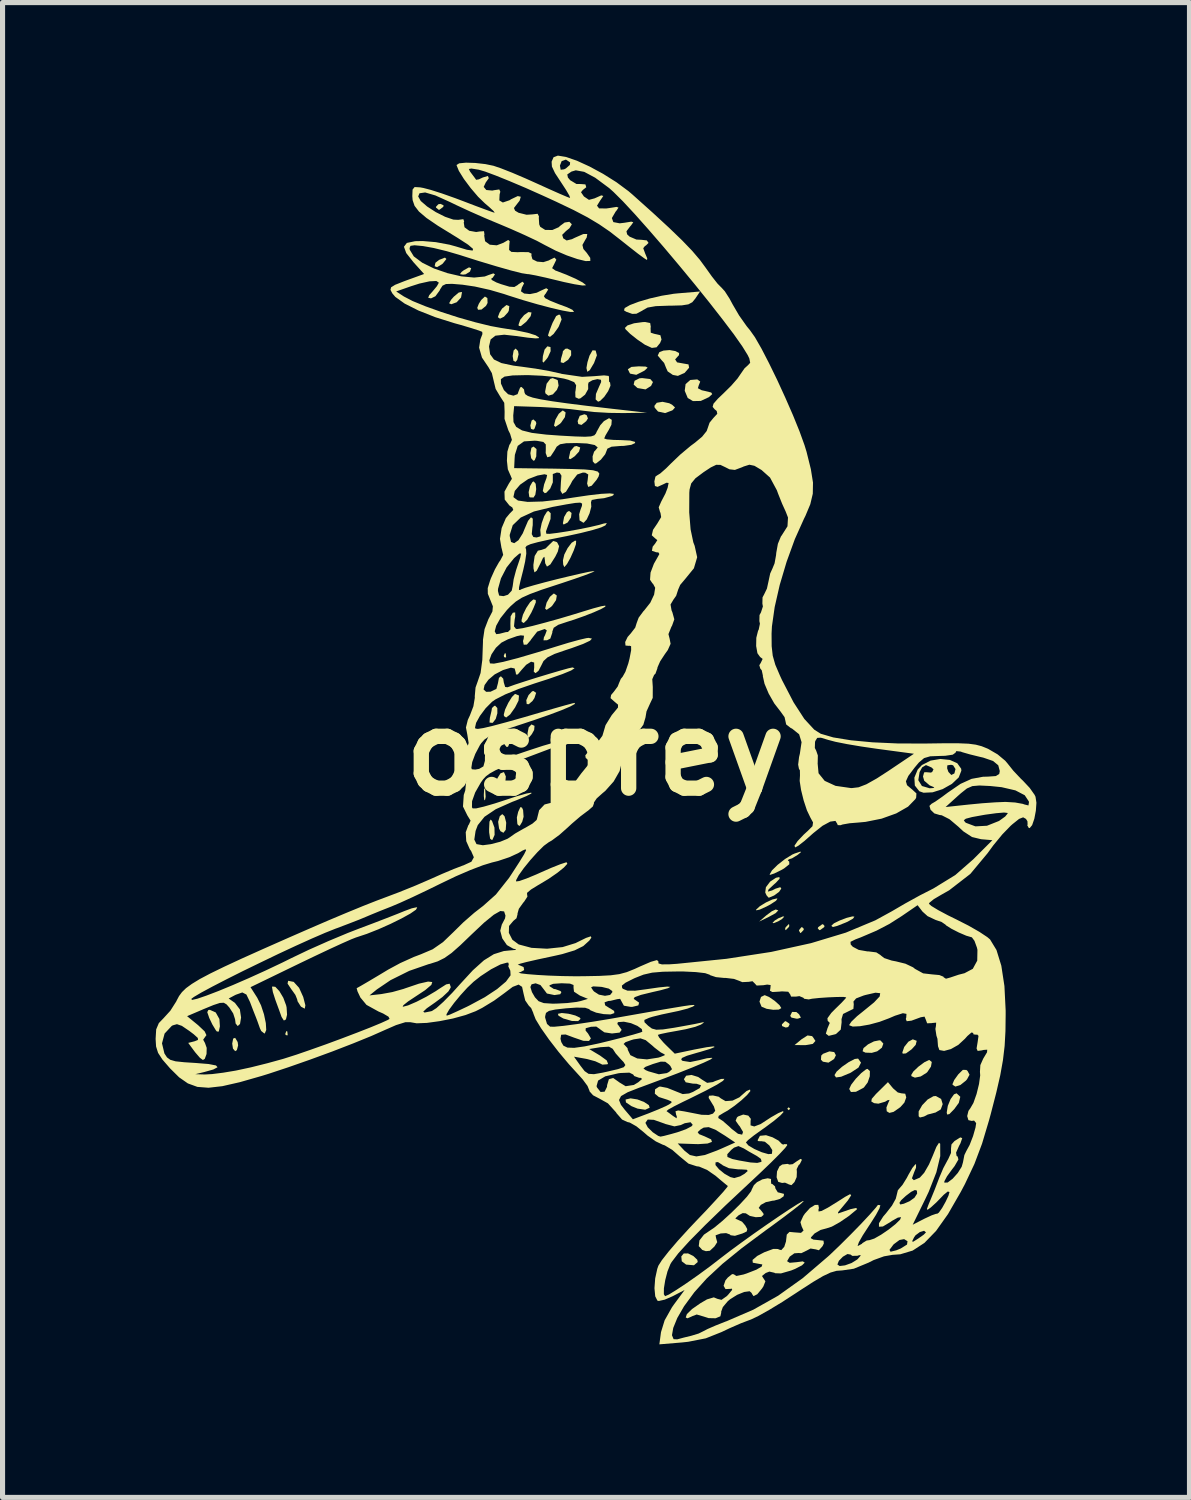
<source format=kicad_pcb>
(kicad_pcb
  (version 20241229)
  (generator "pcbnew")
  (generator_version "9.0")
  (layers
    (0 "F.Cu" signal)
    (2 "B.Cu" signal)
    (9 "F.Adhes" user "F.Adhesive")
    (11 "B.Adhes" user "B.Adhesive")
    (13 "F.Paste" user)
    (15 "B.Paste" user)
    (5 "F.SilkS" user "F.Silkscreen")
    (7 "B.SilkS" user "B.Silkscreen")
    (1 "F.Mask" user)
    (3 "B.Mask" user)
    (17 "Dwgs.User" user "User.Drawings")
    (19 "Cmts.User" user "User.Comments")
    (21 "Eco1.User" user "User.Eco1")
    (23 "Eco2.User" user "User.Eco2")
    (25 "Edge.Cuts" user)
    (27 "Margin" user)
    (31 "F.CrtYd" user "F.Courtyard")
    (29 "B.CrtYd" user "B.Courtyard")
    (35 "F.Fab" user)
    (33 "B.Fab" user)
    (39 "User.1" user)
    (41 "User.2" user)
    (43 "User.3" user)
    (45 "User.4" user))
  (footprint "osprey"
    (layer "F.Cu")
    (at 8.618 11.708)
    (property "Reference" "osprey" (at 0 0 0) (layer "F.SilkS") (effects (font (size 1.524 1.524) (thickness 0.3))))
    (attr board_only exclude_from_pos_files exclude_from_bom)
    (fp_poly (pts (xy 3.819 6.972) (xy 3.79 7.001) (xy 3.761 6.972) (xy 3.79 6.943)) (stroke (width 0) (type solid)) (fill yes) (layer "F.SilkS"))
    (fp_poly (pts (xy -6.037 5.458) (xy -6.03 5.527) (xy -6.037 5.535) (xy -6.071 5.527) (xy -6.075 5.497) (xy -6.054 5.449)) (stroke (width 0) (type solid)) (fill yes) (layer "F.SilkS"))
    (fp_poly (pts (xy -1.755 -1.948) (xy -1.748 -1.879) (xy -1.755 -1.871) (xy -1.789 -1.879) (xy -1.794 -1.909) (xy -1.772 -1.957)) (stroke (width 0) (type solid)) (fill yes) (layer "F.SilkS"))
    (fp_poly (pts (xy -7.01 5.665) (xy -7.001 5.731) (xy -7.026 5.824) (xy -7.059 5.844) (xy -7.102 5.794) (xy -7.117 5.696) (xy -7.098 5.597) (xy -7.059 5.583)) (stroke (width 0) (type solid)) (fill yes) (layer "F.SilkS"))
    (fp_poly (pts (xy -2.974 -10.734) (xy -2.98 -10.704) (xy -3.054 -10.648) (xy -3.07 -10.646) (xy -3.123 -10.69) (xy -3.124 -10.704) (xy -3.077 -10.755) (xy -3.034 -10.762)) (stroke (width 0) (type solid)) (fill yes) (layer "F.SilkS"))
    (fp_poly (pts (xy -2.919 -9.682) (xy -2.988 -9.595) (xy -3.003 -9.581) (xy -3.102 -9.522) (xy -3.149 -9.54) (xy -3.134 -9.608) (xy -3.063 -9.664) (xy -2.947 -9.709)) (stroke (width 0) (type solid)) (fill yes) (layer "F.SilkS"))
    (fp_poly (pts (xy -2.433 -9.502) (xy -2.457 -9.435) (xy -2.541 -9.382) (xy -2.593 -9.375) (xy -2.653 -9.385) (xy -2.623 -9.427) (xy -2.579 -9.461) (xy -2.476 -9.518)) (stroke (width 0) (type solid)) (fill yes) (layer "F.SilkS"))
    (fp_poly (pts (xy -2.159 0.709) (xy -2.15 0.856) (xy -2.159 0.911) (xy -2.176 0.929) (xy -2.185 0.849) (xy -2.185 0.81) (xy -2.179 0.705) (xy -2.164 0.692)) (stroke (width 0) (type solid)) (fill yes) (layer "F.SilkS"))
    (fp_poly (pts (xy -1.515 -7.878) (xy -1.504 -7.814) (xy -1.531 -7.704) (xy -1.562 -7.666) (xy -1.605 -7.687) (xy -1.62 -7.779) (xy -1.601 -7.889) (xy -1.562 -7.927)) (stroke (width 0) (type solid)) (fill yes) (layer "F.SilkS"))
    (fp_poly (pts (xy -1.163 -6.491) (xy -1.157 -6.455) (xy -1.192 -6.356) (xy -1.215 -6.336) (xy -1.261 -6.353) (xy -1.273 -6.419) (xy -1.249 -6.515) (xy -1.215 -6.538)) (stroke (width 0) (type solid)) (fill yes) (layer "F.SilkS"))
    (fp_poly (pts (xy -0.296 -5.988) (xy -0.319 -5.908) (xy -0.405 -5.815) (xy -0.488 -5.759) (xy -0.521 -5.772) (xy -0.49 -5.914) (xy -0.414 -6.005) (xy -0.37 -6.017)) (stroke (width 0) (type solid)) (fill yes) (layer "F.SilkS"))
    (fp_poly (pts (xy -0.171 -6.623) (xy -0.145 -6.558) (xy -0.178 -6.504) (xy -0.271 -6.43) (xy -0.334 -6.447) (xy -0.347 -6.506) (xy -0.306 -6.608) (xy -0.215 -6.639)) (stroke (width 0) (type solid)) (fill yes) (layer "F.SilkS"))
    (fp_poly (pts (xy 3.586 3.085) (xy 3.534 3.139) (xy 3.399 3.213) (xy 3.211 3.304) (xy 3.348 3.185) (xy 3.459 3.102) (xy 3.536 3.067) (xy 3.536 3.067)) (stroke (width 0) (type solid)) (fill yes) (layer "F.SilkS"))
    (fp_poly (pts (xy 3.703 3.207) (xy 3.659 3.254) (xy 3.587 3.298) (xy 3.498 3.335) (xy 3.472 3.331) (xy 3.516 3.284) (xy 3.587 3.24) (xy 3.677 3.203)) (stroke (width 0) (type solid)) (fill yes) (layer "F.SilkS"))
    (fp_poly (pts (xy 3.8 5.302) (xy 3.808 5.319) (xy 3.78 5.371) (xy 3.732 5.381) (xy 3.66 5.352) (xy 3.656 5.319) (xy 3.716 5.259) (xy 3.732 5.256)) (stroke (width 0) (type solid)) (fill yes) (layer "F.SilkS"))
    (fp_poly (pts (xy 3.801 3.393) (xy 3.79 3.414) (xy 3.735 3.469) (xy 3.725 3.472) (xy 3.721 3.434) (xy 3.732 3.414) (xy 3.786 3.358) (xy 3.797 3.356)) (stroke (width 0) (type solid)) (fill yes) (layer "F.SilkS"))
    (fp_poly (pts (xy 3.94 5.077) (xy 3.993 5.121) (xy 4.029 5.187) (xy 3.969 5.207) (xy 3.941 5.207) (xy 3.844 5.186) (xy 3.819 5.153) (xy 3.856 5.075)) (stroke (width 0) (type solid)) (fill yes) (layer "F.SilkS"))
    (fp_poly (pts (xy 4.088 3.449) (xy 4.079 3.472) (xy 4.027 3.527) (xy 4.018 3.529) (xy 3.993 3.485) (xy 3.992 3.472) (xy 4.037 3.416) (xy 4.054 3.414)) (stroke (width 0) (type solid)) (fill yes) (layer "F.SilkS"))
    (fp_poly (pts (xy 4.493 3.391) (xy 4.484 3.414) (xy 4.407 3.469) (xy 4.39 3.472) (xy 4.359 3.436) (xy 4.368 3.414) (xy 4.445 3.358) (xy 4.462 3.356)) (stroke (width 0) (type solid)) (fill yes) (layer "F.SilkS"))
    (fp_poly (pts (xy -2.614 -9.027) (xy -2.632 -8.927) (xy -2.717 -8.834) (xy -2.823 -8.795) (xy -2.866 -8.814) (xy -2.827 -8.883) (xy -2.774 -8.943) (xy -2.678 -9.024) (xy -2.619 -9.036)) (stroke (width 0) (type solid)) (fill yes) (layer "F.SilkS"))
    (fp_poly (pts (xy -2.116 -8.916) (xy -2.112 -8.82) (xy -2.143 -8.763) (xy -2.231 -8.691) (xy -2.299 -8.687) (xy -2.314 -8.726) (xy -2.283 -8.805) (xy -2.236 -8.879) (xy -2.164 -8.946)) (stroke (width 0) (type solid)) (fill yes) (layer "F.SilkS"))
    (fp_poly (pts (xy -1.194 -0.533) (xy -1.192 -0.53) (xy -1.199 -0.451) (xy -1.244 -0.37) (xy -1.306 -0.296) (xy -1.326 -0.321) (xy -1.329 -0.387) (xy -1.306 -0.502) (xy -1.252 -0.56)) (stroke (width 0) (type solid)) (fill yes) (layer "F.SilkS"))
    (fp_poly (pts (xy -1.16 -1.179) (xy -1.193 -1.078) (xy -1.231 -1.02) (xy -1.305 -0.956) (xy -1.345 -0.959) (xy -1.353 -1.035) (xy -1.308 -1.136) (xy -1.24 -1.208) (xy -1.213 -1.215)) (stroke (width 0) (type solid)) (fill yes) (layer "F.SilkS"))
    (fp_poly (pts (xy -0.879 -7.956) (xy -0.876 -7.875) (xy -0.929 -7.758) (xy -0.956 -7.721) (xy -1.017 -7.651) (xy -1.035 -7.673) (xy -1.028 -7.778) (xy -0.995 -7.906) (xy -0.94 -7.97)) (stroke (width 0) (type solid)) (fill yes) (layer "F.SilkS"))
    (fp_poly (pts (xy -0.466 -4.704) (xy -0.477 -4.615) (xy -0.54 -4.521) (xy -0.55 -4.513) (xy -0.621 -4.477) (xy -0.636 -4.501) (xy -0.612 -4.625) (xy -0.556 -4.721) (xy -0.515 -4.744)) (stroke (width 0) (type solid)) (fill yes) (layer "F.SilkS"))
    (fp_poly (pts (xy 1.922 9.86) (xy 1.998 9.932) (xy 2.007 9.977) (xy 1.933 10.04) (xy 1.779 10.027) (xy 1.694 9.962) (xy 1.685 9.866) (xy 1.733 9.809) (xy 1.818 9.808)) (stroke (width 0) (type solid)) (fill yes) (layer "F.SilkS"))
    (fp_poly (pts (xy 4.243 5.548) (xy 4.259 5.56) (xy 4.314 5.643) (xy 4.263 5.701) (xy 4.118 5.726) (xy 4.09 5.726) (xy 3.905 5.724) (xy 4.043 5.61) (xy 4.159 5.536)) (stroke (width 0) (type solid)) (fill yes) (layer "F.SilkS"))
    (fp_poly (pts (xy 4.682 5.862) (xy 4.715 5.924) (xy 4.679 5.998) (xy 4.569 6.069) (xy 4.46 6.05) (xy 4.422 6.011) (xy 4.428 5.93) (xy 4.462 5.896) (xy 4.588 5.848)) (stroke (width 0) (type solid)) (fill yes) (layer "F.SilkS"))
    (fp_poly (pts (xy 6.299 5.641) (xy 6.279 5.72) (xy 6.201 5.806) (xy 6.088 5.888) (xy 6.025 5.893) (xy 6.017 5.869) (xy 6.054 5.761) (xy 6.136 5.658) (xy 6.222 5.612)) (stroke (width 0) (type solid)) (fill yes) (layer "F.SilkS"))
    (fp_poly (pts (xy -2.025 1.331) (xy -1.977 1.463) (xy -1.974 1.605) (xy -2.017 1.701) (xy -2.025 1.707) (xy -2.062 1.68) (xy -2.081 1.556) (xy -2.082 1.493) (xy -2.075 1.346) (xy -2.052 1.304)) (stroke (width 0) (type solid)) (fill yes) (layer "F.SilkS"))
    (fp_poly (pts (xy -1.779 1.24) (xy -1.748 1.358) (xy -1.747 1.374) (xy -1.756 1.506) (xy -1.801 1.564) (xy -1.86 1.532) (xy -1.887 1.479) (xy -1.905 1.349) (xy -1.872 1.237) (xy -1.823 1.198)) (stroke (width 0) (type solid)) (fill yes) (layer "F.SilkS"))
    (fp_poly (pts (xy -1.686 -8.758) (xy -1.696 -8.668) (xy -1.713 -8.636) (xy -1.791 -8.55) (xy -1.869 -8.512) (xy -1.909 -8.54) (xy -1.909 -8.547) (xy -1.878 -8.63) (xy -1.827 -8.711) (xy -1.742 -8.78)) (stroke (width 0) (type solid)) (fill yes) (layer "F.SilkS"))
    (fp_poly (pts (xy -1.675 -0.344) (xy -1.674 -0.331) (xy -1.678 -0.24) (xy -1.678 -0.203) (xy -1.709 -0.126) (xy -1.736 -0.116) (xy -1.779 -0.165) (xy -1.794 -0.265) (xy -1.774 -0.368) (xy -1.731 -0.394)) (stroke (width 0) (type solid)) (fill yes) (layer "F.SilkS"))
    (fp_poly (pts (xy -1.438 1.07) (xy -1.416 1.117) (xy -1.406 1.25) (xy -1.433 1.348) (xy -1.482 1.43) (xy -1.517 1.411) (xy -1.529 1.385) (xy -1.538 1.264) (xy -1.512 1.153) (xy -1.469 1.061)) (stroke (width 0) (type solid)) (fill yes) (layer "F.SilkS"))
    (fp_poly (pts (xy -1.169 -5.276) (xy -1.159 -5.171) (xy -1.176 -5.062) (xy -1.211 -5.007) (xy -1.284 -5.01) (xy -1.295 -5.023) (xy -1.307 -5.113) (xy -1.281 -5.228) (xy -1.233 -5.311) (xy -1.208 -5.323)) (stroke (width 0) (type solid)) (fill yes) (layer "F.SilkS"))
    (fp_poly (pts (xy -1.154 -5.957) (xy -1.153 -5.944) (xy -1.157 -5.853) (xy -1.157 -5.815) (xy -1.188 -5.738) (xy -1.215 -5.728) (xy -1.258 -5.778) (xy -1.273 -5.877) (xy -1.253 -5.981) (xy -1.211 -6.006)) (stroke (width 0) (type solid)) (fill yes) (layer "F.SilkS"))
    (fp_poly (pts (xy -0.755 -3.086) (xy -0.77 -2.996) (xy -0.845 -2.887) (xy -0.868 -2.864) (xy -0.955 -2.805) (xy -0.984 -2.83) (xy -0.955 -2.946) (xy -0.89 -3.061) (xy -0.819 -3.123) (xy -0.808 -3.124)) (stroke (width 0) (type solid)) (fill yes) (layer "F.SilkS"))
    (fp_poly (pts (xy -0.737 -7.307) (xy -0.72 -7.2) (xy -0.752 -7.118) (xy -0.832 -7.029) (xy -0.921 -7.003) (xy -0.978 -7.048) (xy -0.984 -7.083) (xy -0.955 -7.237) (xy -0.883 -7.333) (xy -0.836 -7.348)) (stroke (width 0) (type solid)) (fill yes) (layer "F.SilkS"))
    (fp_poly (pts (xy -0.582 -6.674) (xy -0.596 -6.583) (xy -0.671 -6.474) (xy -0.694 -6.451) (xy -0.782 -6.392) (xy -0.81 -6.417) (xy -0.782 -6.534) (xy -0.717 -6.648) (xy -0.645 -6.71) (xy -0.634 -6.712)) (stroke (width 0) (type solid)) (fill yes) (layer "F.SilkS"))
    (fp_poly (pts (xy -0.475 -7.887) (xy -0.474 -7.795) (xy -0.532 -7.707) (xy -0.626 -7.643) (xy -0.679 -7.658) (xy -0.672 -7.729) (xy -0.64 -7.839) (xy -0.636 -7.874) (xy -0.59 -7.921) (xy -0.55 -7.927)) (stroke (width 0) (type solid)) (fill yes) (layer "F.SilkS"))
    (fp_poly (pts (xy 0.989 -7.573) (xy 1.025 -7.553) (xy 0.976 -7.505) (xy 0.958 -7.491) (xy 0.803 -7.412) (xy 0.686 -7.434) (xy 0.675 -7.444) (xy 0.637 -7.522) (xy 0.709 -7.567) (xy 0.853 -7.578)) (stroke (width 0) (type solid)) (fill yes) (layer "F.SilkS"))
    (fp_poly (pts (xy 1.077 -7.329) (xy 1.129 -7.27) (xy 1.092 -7.194) (xy 0.984 -7.126) (xy 0.835 -7.151) (xy 0.824 -7.155) (xy 0.751 -7.221) (xy 0.769 -7.295) (xy 0.863 -7.343) (xy 0.916 -7.348)) (stroke (width 0) (type solid)) (fill yes) (layer "F.SilkS"))
    (fp_poly (pts (xy 7.153 6.738) (xy 7.124 6.857) (xy 7.034 6.98) (xy 6.939 7.077) (xy 6.895 7.086) (xy 6.887 7.047) (xy 6.908 6.916) (xy 6.963 6.783) (xy 7.03 6.69) (xy 7.08 6.67)) (stroke (width 0) (type solid)) (fill yes) (layer "F.SilkS"))
    (fp_poly (pts (xy -7.44 5.085) (xy -7.368 5.214) (xy -7.358 5.358) (xy -7.38 5.46) (xy -7.417 5.459) (xy -7.438 5.434) (xy -7.506 5.321) (xy -7.567 5.193) (xy -7.606 5.079) (xy -7.584 5.037) (xy -7.556 5.034)) (stroke (width 0) (type solid)) (fill yes) (layer "F.SilkS"))
    (fp_poly (pts (xy -1.789 0.379) (xy -1.754 0.46) (xy -1.764 0.57) (xy -1.819 0.725) (xy -1.88 0.788) (xy -1.935 0.75) (xy -1.944 0.729) (xy -1.952 0.617) (xy -1.919 0.494) (xy -1.86 0.4) (xy -1.796 0.375)) (stroke (width 0) (type solid)) (fill yes) (layer "F.SilkS"))
    (fp_poly (pts (xy -1.359 0.296) (xy -1.338 0.337) (xy -1.377 0.443) (xy -1.398 0.489) (xy -1.473 0.611) (xy -1.53 0.621) (xy -1.56 0.52) (xy -1.562 0.463) (xy -1.544 0.336) (xy -1.476 0.291) (xy -1.446 0.289)) (stroke (width 0) (type solid)) (fill yes) (layer "F.SilkS"))
    (fp_poly (pts (xy -1.252 -8.634) (xy -1.251 -8.633) (xy -1.267 -8.562) (xy -1.348 -8.459) (xy -1.361 -8.446) (xy -1.46 -8.366) (xy -1.501 -8.371) (xy -1.504 -8.399) (xy -1.471 -8.493) (xy -1.395 -8.584) (xy -1.311 -8.642)) (stroke (width 0) (type solid)) (fill yes) (layer "F.SilkS"))
    (fp_poly (pts (xy -0.528 5.11) (xy -0.394 5.144) (xy -0.304 5.187) (xy -0.289 5.21) (xy -0.337 5.255) (xy -0.46 5.252) (xy -0.629 5.203) (xy -0.63 5.202) (xy -0.721 5.15) (xy -0.734 5.112) (xy -0.658 5.096)) (stroke (width 0) (type solid)) (fill yes) (layer "F.SilkS"))
    (fp_poly (pts (xy 0.004 -7.888) (xy 0.007 -7.885) (xy 0.031 -7.795) (xy -0.025 -7.644) (xy -0.109 -7.503) (xy -0.158 -7.471) (xy -0.174 -7.546) (xy -0.174 -7.547) (xy -0.154 -7.66) (xy -0.114 -7.788) (xy -0.055 -7.892)) (stroke (width 0) (type solid)) (fill yes) (layer "F.SilkS"))
    (fp_poly (pts (xy 0.825 6.79) (xy 0.957 6.841) (xy 1.049 6.902) (xy 1.065 6.952) (xy 0.978 6.992) (xy 0.828 6.97) (xy 0.709 6.922) (xy 0.6 6.848) (xy 0.593 6.792) (xy 0.689 6.769) (xy 0.692 6.769)) (stroke (width 0) (type solid)) (fill yes) (layer "F.SilkS"))
    (fp_poly (pts (xy 1.448 -6.855) (xy 1.504 -6.826) (xy 1.562 -6.772) (xy 1.516 -6.72) (xy 1.504 -6.713) (xy 1.367 -6.662) (xy 1.229 -6.692) (xy 1.163 -6.768) (xy 1.157 -6.803) (xy 1.204 -6.864) (xy 1.316 -6.883)) (stroke (width 0) (type solid)) (fill yes) (layer "F.SilkS"))
    (fp_poly (pts (xy 3.569 2.856) (xy 3.541 2.896) (xy 3.435 2.966) (xy 3.355 3.009) (xy 3.223 3.069) (xy 3.153 3.084) (xy 3.151 3.07) (xy 3.224 3.003) (xy 3.345 2.929) (xy 3.47 2.871) (xy 3.557 2.851)) (stroke (width 0) (type solid)) (fill yes) (layer "F.SilkS"))
    (fp_poly (pts (xy 5.591 5.636) (xy 5.645 5.696) (xy 5.616 5.776) (xy 5.524 5.847) (xy 5.418 5.877) (xy 5.295 5.873) (xy 5.238 5.846) (xy 5.256 5.784) (xy 5.344 5.711) (xy 5.461 5.652) (xy 5.567 5.631)) (stroke (width 0) (type solid)) (fill yes) (layer "F.SilkS"))
    (fp_poly (pts (xy -1.921 -0.881) (xy -1.92 -0.779) (xy -1.952 -0.668) (xy -2.008 -0.595) (xy -2.019 -0.59) (xy -2.074 -0.597) (xy -2.067 -0.689) (xy -2.064 -0.701) (xy -2.035 -0.824) (xy -2.026 -0.882) (xy -1.98 -0.924) (xy -1.963 -0.926)) (stroke (width 0) (type solid)) (fill yes) (layer "F.SilkS"))
    (fp_poly (pts (xy -1.496 -1.126) (xy -1.505 -1.027) (xy -1.573 -0.892) (xy -1.67 -0.755) (xy -1.748 -0.695) (xy -1.79 -0.723) (xy -1.794 -0.755) (xy -1.768 -0.853) (xy -1.706 -0.983) (xy -1.634 -1.098) (xy -1.576 -1.156) (xy -1.57 -1.157)) (stroke (width 0) (type solid)) (fill yes) (layer "F.SilkS"))
    (fp_poly (pts (xy 3.403 4.781) (xy 3.516 4.858) (xy 3.611 4.944) (xy 3.645 5) (xy 3.597 5.029) (xy 3.486 5.033) (xy 3.359 5.014) (xy 3.265 4.976) (xy 3.256 4.969) (xy 3.217 4.873) (xy 3.247 4.781) (xy 3.319 4.746)) (stroke (width 0) (type solid)) (fill yes) (layer "F.SilkS"))
    (fp_poly (pts (xy 5.078 3.207) (xy 5.051 3.246) (xy 4.946 3.306) (xy 4.9 3.326) (xy 4.738 3.39) (xy 4.656 3.411) (xy 4.63 3.392) (xy 4.629 3.382) (xy 4.677 3.338) (xy 4.792 3.282) (xy 4.927 3.231) (xy 5.038 3.203)) (stroke (width 0) (type solid)) (fill yes) (layer "F.SilkS"))
    (fp_poly (pts (xy 5.207 6.069) (xy 5.158 6.165) (xy 5.01 6.263) (xy 5.003 6.267) (xy 4.818 6.345) (xy 4.717 6.359) (xy 4.687 6.313) (xy 4.73 6.243) (xy 4.836 6.149) (xy 4.967 6.058) (xy 5.085 5.997) (xy 5.15 5.989)) (stroke (width 0) (type solid)) (fill yes) (layer "F.SilkS"))
    (fp_poly (pts (xy 7.271 6.212) (xy 7.296 6.233) (xy 7.334 6.305) (xy 7.286 6.394) (xy 7.263 6.421) (xy 7.155 6.507) (xy 7.057 6.538) (xy 7.003 6.505) (xy 7.001 6.487) (xy 7.034 6.409) (xy 7.113 6.299) (xy 7.203 6.21)) (stroke (width 0) (type solid)) (fill yes) (layer "F.SilkS"))
    (fp_poly (pts (xy -1.169 -2.999) (xy -1.166 -2.954) (xy -1.21 -2.846) (xy -1.255 -2.75) (xy -1.336 -2.611) (xy -1.404 -2.547) (xy -1.443 -2.57) (xy -1.446 -2.607) (xy -1.419 -2.71) (xy -1.355 -2.841) (xy -1.279 -2.955) (xy -1.217 -3.008) (xy -1.214 -3.009)) (stroke (width 0) (type solid)) (fill yes) (layer "F.SilkS"))
    (fp_poly (pts (xy -0.687 -8.579) (xy -0.661 -8.497) (xy -0.715 -8.362) (xy -0.729 -8.337) (xy -0.817 -8.214) (xy -0.889 -8.155) (xy -0.925 -8.176) (xy -0.926 -8.189) (xy -0.905 -8.257) (xy -0.855 -8.389) (xy -0.838 -8.431) (xy -0.768 -8.564) (xy -0.71 -8.594)) (stroke (width 0) (type solid)) (fill yes) (layer "F.SilkS"))
    (fp_poly (pts (xy -0.376 -4.156) (xy -0.38 -4.091) (xy -0.424 -3.967) (xy -0.488 -3.824) (xy -0.555 -3.704) (xy -0.605 -3.646) (xy -0.609 -3.645) (xy -0.63 -3.694) (xy -0.635 -3.775) (xy -0.608 -3.89) (xy -0.543 -4.016) (xy -0.465 -4.119) (xy -0.397 -4.163)) (stroke (width 0) (type solid)) (fill yes) (layer "F.SilkS"))
    (fp_poly (pts (xy 5.381 6.234) (xy 5.379 6.336) (xy 5.338 6.457) (xy 5.265 6.554) (xy 5.252 6.564) (xy 5.108 6.64) (xy 5.009 6.644) (xy 4.976 6.585) (xy 5.014 6.502) (xy 5.104 6.385) (xy 5.213 6.272) (xy 5.306 6.2) (xy 5.334 6.191)) (stroke (width 0) (type solid)) (fill yes) (layer "F.SilkS"))
    (fp_poly (pts (xy 6.594 6.056) (xy 6.578 6.147) (xy 6.508 6.252) (xy 6.49 6.269) (xy 6.376 6.34) (xy 6.264 6.363) (xy 6.197 6.335) (xy 6.191 6.311) (xy 6.233 6.242) (xy 6.333 6.147) (xy 6.449 6.061) (xy 6.539 6.018) (xy 6.546 6.017)) (stroke (width 0) (type solid)) (fill yes) (layer "F.SilkS"))
    (fp_poly (pts (xy 6.777 6.78) (xy 6.808 6.882) (xy 6.77 6.986) (xy 6.665 7.048) (xy 6.654 7.05) (xy 6.515 7.086) (xy 6.442 7.125) (xy 6.362 7.144) (xy 6.337 7.119) (xy 6.337 7.024) (xy 6.406 6.903) (xy 6.512 6.792) (xy 6.626 6.727) (xy 6.674 6.723)) (stroke (width 0) (type solid)) (fill yes) (layer "F.SilkS"))
    (fp_poly (pts (xy -5.912 4.486) (xy -5.806 4.603) (xy -5.725 4.782) (xy -5.683 4.945) (xy -5.695 5.011) (xy -5.761 4.977) (xy -5.775 4.963) (xy -5.836 4.866) (xy -5.844 4.828) (xy -5.879 4.741) (xy -5.963 4.624) (xy -5.963 4.624) (xy -6.032 4.52) (xy -6.021 4.466) (xy -6.019 4.465)) (stroke (width 0) (type solid)) (fill yes) (layer "F.SilkS"))
    (fp_poly (pts (xy -6.272 4.583) (xy -6.193 4.667) (xy -6.115 4.798) (xy -6.06 4.946) (xy -6.051 4.986) (xy -6.042 5.129) (xy -6.064 5.222) (xy -6.104 5.244) (xy -6.15 5.173) (xy -6.153 5.163) (xy -6.195 5.046) (xy -6.256 4.88) (xy -6.273 4.833) (xy -6.32 4.686) (xy -6.336 4.591) (xy -6.331 4.576)) (stroke (width 0) (type solid)) (fill yes) (layer "F.SilkS"))
    (fp_poly (pts (xy 2.056 -7.28) (xy 2.027 -7.206) (xy 2.01 -7.149) (xy 2.086 -7.109) (xy 2.15 -7.095) (xy 2.271 -7.065) (xy 2.291 -7.033) (xy 2.225 -6.974) (xy 2.223 -6.973) (xy 2.067 -6.9) (xy 1.913 -6.897) (xy 1.811 -6.958) (xy 1.752 -7.099) (xy 1.769 -7.23) (xy 1.858 -7.308) (xy 1.866 -7.311) (xy 1.998 -7.322)) (stroke (width 0) (type solid)) (fill yes) (layer "F.SilkS"))
    (fp_poly (pts (xy 4.032 1.942) (xy 3.967 1.996) (xy 3.856 2.064) (xy 3.793 2.084) (xy 3.772 2.105) (xy 3.8 2.128) (xy 3.802 2.181) (xy 3.699 2.263) (xy 3.641 2.296) (xy 3.506 2.362) (xy 3.426 2.388) (xy 3.415 2.382) (xy 3.462 2.301) (xy 3.574 2.191) (xy 3.718 2.078) (xy 3.859 1.991) (xy 3.907 1.97) (xy 4.018 1.933)) (stroke (width 0) (type solid)) (fill yes) (layer "F.SilkS"))
    (fp_poly (pts (xy 1.075 -8.427) (xy 1.087 -8.351) (xy 1.083 -8.332) (xy 1.086 -8.238) (xy 1.153 -8.216) (xy 1.275 -8.188) (xy 1.297 -8.103) (xy 1.269 -8.035) (xy 1.2 -7.951) (xy 1.108 -7.939) (xy 0.971 -8.002) (xy 0.821 -8.105) (xy 0.684 -8.214) (xy 0.596 -8.3) (xy 0.579 -8.33) (xy 0.63 -8.38) (xy 0.759 -8.422) (xy 0.928 -8.445) (xy 0.976 -8.447)) (stroke (width 0) (type solid)) (fill yes) (layer "F.SilkS"))
    (fp_poly (pts (xy 3.611 2.465) (xy 3.539 2.543) (xy 3.5 2.577) (xy 3.394 2.676) (xy 3.382 2.717) (xy 3.464 2.694) (xy 3.533 2.659) (xy 3.626 2.63) (xy 3.645 2.657) (xy 3.601 2.722) (xy 3.504 2.793) (xy 3.407 2.834) (xy 3.395 2.835) (xy 3.355 2.789) (xy 3.33 2.734) (xy 3.343 2.631) (xy 3.426 2.521) (xy 3.541 2.445) (xy 3.608 2.432)) (stroke (width 0) (type solid)) (fill yes) (layer "F.SilkS"))
    (fp_poly (pts (xy 1.569 -7.877) (xy 1.642 -7.839) (xy 1.639 -7.795) (xy 1.63 -7.788) (xy 1.564 -7.714) (xy 1.602 -7.656) (xy 1.707 -7.637) (xy 1.826 -7.616) (xy 1.838 -7.551) (xy 1.75 -7.45) (xy 1.618 -7.391) (xy 1.519 -7.41) (xy 1.418 -7.479) (xy 1.389 -7.542) (xy 1.348 -7.645) (xy 1.302 -7.695) (xy 1.223 -7.79) (xy 1.255 -7.856) (xy 1.336 -7.887) (xy 1.456 -7.897)) (stroke (width 0) (type solid)) (fill yes) (layer "F.SilkS"))
    (fp_poly (pts (xy 4.05 7.972) (xy 4.007 8.059) (xy 3.987 8.074) (xy 3.946 8.156) (xy 3.95 8.213) (xy 3.946 8.312) (xy 3.903 8.41) (xy 3.844 8.47) (xy 3.795 8.456) (xy 3.718 8.421) (xy 3.66 8.427) (xy 3.585 8.405) (xy 3.553 8.316) (xy 3.561 8.201) (xy 3.609 8.102) (xy 3.664 8.065) (xy 3.768 8.053) (xy 3.804 8.066) (xy 3.867 8.059) (xy 3.944 8.005) (xy 4.022 7.955)) (stroke (width 0) (type solid)) (fill yes) (layer "F.SilkS"))
    (fp_poly (pts (xy -0.758 -4.135) (xy -0.746 -4.124) (xy -0.71 -4.054) (xy -0.735 -3.948) (xy -0.784 -3.849) (xy -0.881 -3.696) (xy -0.948 -3.653) (xy -0.983 -3.719) (xy -0.988 -3.775) (xy -0.998 -3.846) (xy -1.025 -3.824) (xy -1.075 -3.717) (xy -1.148 -3.573) (xy -1.193 -3.54) (xy -1.212 -3.618) (xy -1.214 -3.688) (xy -1.189 -3.861) (xy -1.126 -3.965) (xy -1.055 -3.981) (xy -0.976 -4.008) (xy -0.905 -4.079) (xy -0.826 -4.155)) (stroke (width 0) (type solid)) (fill yes) (layer "F.SilkS"))
    (fp_poly (pts (xy 1.96 -8.907) (xy 1.901 -8.835) (xy 1.823 -8.793) (xy 1.695 -8.773) (xy 1.487 -8.767) (xy 1.44 -8.767) (xy 1.186 -8.758) (xy 1.024 -8.73) (xy 0.931 -8.678) (xy 0.926 -8.673) (xy 0.806 -8.609) (xy 0.723 -8.606) (xy 0.606 -8.648) (xy 0.562 -8.675) (xy 0.576 -8.721) (xy 0.68 -8.78) (xy 0.852 -8.845) (xy 1.067 -8.908) (xy 1.302 -8.962) (xy 1.534 -9) (xy 1.614 -9.008) (xy 2.052 -9.045)) (stroke (width 0) (type solid)) (fill yes) (layer "F.SilkS"))
    (fp_poly (pts (xy 5.834 6.571) (xy 5.928 6.653) (xy 5.997 6.67) (xy 6.074 6.678) (xy 6.094 6.75) (xy 6.057 6.852) (xy 5.978 6.941) (xy 5.845 7.034) (xy 5.763 7.054) (xy 5.711 7.022) (xy 5.705 6.949) (xy 5.734 6.875) (xy 5.767 6.799) (xy 5.727 6.806) (xy 5.681 6.834) (xy 5.548 6.873) (xy 5.464 6.863) (xy 5.409 6.83) (xy 5.418 6.778) (xy 5.501 6.682) (xy 5.547 6.637) (xy 5.735 6.451)) (stroke (width 0) (type solid)) (fill yes) (layer "F.SilkS"))
    (fp_poly (pts (xy 6.948 0.136) (xy 7.094 0.201) (xy 7.17 0.308) (xy 7.174 0.346) (xy 7.122 0.479) (xy 6.989 0.605) (xy 6.807 0.708) (xy 6.61 0.771) (xy 6.433 0.779) (xy 6.35 0.75) (xy 6.262 0.638) (xy 6.256 0.533) (xy 6.33 0.533) (xy 6.401 0.647) (xy 6.551 0.691) (xy 6.56 0.691) (xy 6.644 0.685) (xy 6.625 0.665) (xy 6.553 0.635) (xy 6.446 0.544) (xy 6.422 0.461) (xy 6.444 0.38) (xy 6.48 0.376) (xy 6.577 0.384) (xy 6.602 0.372) (xy 6.628 0.32) (xy 6.606 0.3) (xy 6.895 0.3) (xy 6.92 0.371) (xy 6.977 0.431) (xy 7.037 0.401) (xy 7.059 0.315) (xy 7.012 0.241) (xy 6.972 0.231) (xy 6.899 0.242) (xy 6.895 0.3) (xy 6.606 0.3) (xy 6.588 0.283) (xy 6.48 0.237) (xy 6.405 0.282) (xy 6.355 0.374) (xy 6.33 0.533) (xy 6.256 0.533) (xy 6.253 0.483) (xy 6.318 0.325) (xy 6.401 0.236) (xy 6.571 0.149) (xy 6.763 0.117)) (stroke (width 0) (type solid)) (fill yes) (layer "F.SilkS"))
    (fp_poly (pts (xy 3.444 8.349) (xy 3.443 8.39) (xy 3.447 8.443) (xy 3.468 8.447) (xy 3.522 8.494) (xy 3.529 8.534) (xy 3.576 8.61) (xy 3.621 8.621) (xy 3.698 8.641) (xy 3.691 8.688) (xy 3.62 8.739) (xy 3.506 8.772) (xy 3.473 8.775) (xy 3.342 8.803) (xy 3.243 8.857) (xy 3.202 8.916) (xy 3.242 8.958) (xy 3.294 9.025) (xy 3.298 9.052) (xy 3.252 9.092) (xy 3.145 9.098) (xy 3.029 9.073) (xy 2.951 9.023) (xy 2.95 9.022) (xy 2.888 9.018) (xy 2.809 9.06) (xy 2.743 9.122) (xy 2.777 9.142) (xy 2.781 9.142) (xy 2.875 9.186) (xy 2.938 9.259) (xy 2.978 9.332) (xy 2.967 9.378) (xy 2.884 9.417) (xy 2.736 9.463) (xy 2.651 9.452) (xy 2.636 9.436) (xy 2.564 9.41) (xy 2.456 9.417) (xy 2.357 9.453) (xy 2.366 9.505) (xy 2.367 9.507) (xy 2.389 9.588) (xy 2.334 9.673) (xy 2.245 9.756) (xy 2.167 9.764) (xy 2.097 9.74) (xy 2.027 9.665) (xy 2.04 9.554) (xy 2.129 9.44) (xy 2.209 9.385) (xy 2.333 9.301) (xy 2.494 9.168) (xy 2.669 9.008) (xy 2.835 8.844) (xy 2.971 8.697) (xy 3.053 8.589) (xy 3.067 8.553) (xy 3.108 8.47) (xy 3.168 8.412) (xy 3.273 8.357) (xy 3.378 8.335)) (stroke (width 0) (type solid)) (fill yes) (layer "F.SilkS"))
    (fp_poly (pts (xy 5.014 8.669) (xy 4.95 8.769) (xy 4.837 8.905) (xy 4.759 8.999) (xy 4.756 9.025) (xy 4.828 9.001) (xy 4.831 9) (xy 5.004 8.94) (xy 5.11 8.918) (xy 5.132 8.936) (xy 5.121 8.949) (xy 4.967 9.076) (xy 4.793 9.195) (xy 4.635 9.283) (xy 4.531 9.317) (xy 4.415 9.348) (xy 4.298 9.416) (xy 4.228 9.491) (xy 4.224 9.51) (xy 4.273 9.537) (xy 4.37 9.547) (xy 4.472 9.558) (xy 4.479 9.612) (xy 4.453 9.666) (xy 4.382 9.746) (xy 4.321 9.729) (xy 4.218 9.712) (xy 4.143 9.752) (xy 4.038 9.803) (xy 3.981 9.8) (xy 3.9 9.806) (xy 3.81 9.871) (xy 3.761 9.955) (xy 3.761 9.963) (xy 3.81 9.992) (xy 3.931 9.981) (xy 3.934 9.981) (xy 4.067 9.964) (xy 4.104 9.989) (xy 4.051 10.041) (xy 3.916 10.111) (xy 3.837 10.143) (xy 3.638 10.2) (xy 3.523 10.196) (xy 3.51 10.187) (xy 3.411 10.164) (xy 3.339 10.192) (xy 3.266 10.251) (xy 3.296 10.298) (xy 3.333 10.354) (xy 3.294 10.454) (xy 3.268 10.494) (xy 3.174 10.608) (xy 3.1 10.645) (xy 3.067 10.596) (xy 3.067 10.587) (xy 3.024 10.549) (xy 2.916 10.564) (xy 2.777 10.621) (xy 2.638 10.709) (xy 2.594 10.747) (xy 2.499 10.86) (xy 2.465 10.954) (xy 2.468 10.966) (xy 2.451 11.04) (xy 2.357 11.079) (xy 2.221 11.076) (xy 2.12 11.044) (xy 1.987 11.005) (xy 1.892 11.041) (xy 1.887 11.045) (xy 1.805 11.08) (xy 1.772 11.063) (xy 1.794 10.998) (xy 1.896 10.898) (xy 2.058 10.785) (xy 2.188 10.709) (xy 2.322 10.669) (xy 2.395 10.699) (xy 2.473 10.718) (xy 2.575 10.646) (xy 2.607 10.613) (xy 2.683 10.52) (xy 2.67 10.496) (xy 2.652 10.502) (xy 2.551 10.507) (xy 2.514 10.442) (xy 2.55 10.337) (xy 2.597 10.28) (xy 2.681 10.213) (xy 2.719 10.218) (xy 2.719 10.221) (xy 2.765 10.25) (xy 2.904 10.221) (xy 2.965 10.201) (xy 3.155 10.127) (xy 3.261 10.065) (xy 3.273 10.024) (xy 3.194 10.01) (xy 3.086 9.99) (xy 3.081 9.936) (xy 3.174 9.857) (xy 3.312 9.785) (xy 3.487 9.72) (xy 3.584 9.721) (xy 3.594 9.731) (xy 3.645 9.743) (xy 3.703 9.678) (xy 3.736 9.576) (xy 3.749 9.466) (xy 3.752 9.439) (xy 3.805 9.386) (xy 3.897 9.395) (xy 4.031 9.405) (xy 4.081 9.359) (xy 4.044 9.279) (xy 4.02 9.196) (xy 4.075 9.075) (xy 4.107 9.028) (xy 4.207 8.918) (xy 4.304 8.858) (xy 4.371 8.856) (xy 4.382 8.92) (xy 4.374 8.945) (xy 4.375 8.986) (xy 4.433 8.976) (xy 4.558 8.911) (xy 4.763 8.784) (xy 4.892 8.701) (xy 4.994 8.646)) (stroke (width 0) (type solid)) (fill yes) (layer "F.SilkS"))
    (fp_poly (pts (xy -0.575 -11.682) (xy -0.361 -11.608) (xy -0.112 -11.494) (xy 0.152 -11.351) (xy 0.413 -11.187) (xy 0.649 -11.012) (xy 0.723 -10.949) (xy 1.124 -10.59) (xy 1.446 -10.293) (xy 1.7 -10.048) (xy 1.898 -9.842) (xy 2.049 -9.665) (xy 2.157 -9.518) (xy 2.284 -9.34) (xy 2.395 -9.199) (xy 2.467 -9.126) (xy 2.47 -9.124) (xy 2.538 -9.049) (xy 2.63 -8.906) (xy 2.693 -8.789) (xy 2.818 -8.575) (xy 2.967 -8.364) (xy 3.031 -8.286) (xy 3.128 -8.149) (xy 3.256 -7.926) (xy 3.404 -7.64) (xy 3.564 -7.312) (xy 3.723 -6.965) (xy 3.873 -6.622) (xy 4.002 -6.304) (xy 4.1 -6.033) (xy 4.14 -5.902) (xy 4.224 -5.563) (xy 4.266 -5.3) (xy 4.262 -5.081) (xy 4.213 -4.875) (xy 4.118 -4.648) (xy 4.089 -4.59) (xy 3.91 -4.191) (xy 3.749 -3.748) (xy 3.614 -3.294) (xy 3.515 -2.86) (xy 3.461 -2.48) (xy 3.454 -2.34) (xy 3.456 -2.093) (xy 3.477 -1.906) (xy 3.527 -1.73) (xy 3.618 -1.518) (xy 3.659 -1.429) (xy 3.886 -0.992) (xy 4.096 -0.668) (xy 4.29 -0.458) (xy 4.418 -0.377) (xy 4.665 -0.305) (xy 5.009 -0.249) (xy 5.434 -0.209) (xy 5.924 -0.187) (xy 6.46 -0.185) (xy 6.509 -0.186) (xy 6.864 -0.191) (xy 7.125 -0.19) (xy 7.316 -0.182) (xy 7.457 -0.163) (xy 7.571 -0.133) (xy 7.68 -0.089) (xy 7.702 -0.079) (xy 7.884 0.027) (xy 8.034 0.152) (xy 8.078 0.204) (xy 8.192 0.347) (xy 8.34 0.504) (xy 8.381 0.543) (xy 8.513 0.684) (xy 8.609 0.82) (xy 8.627 0.857) (xy 8.645 0.975) (xy 8.634 1.131) (xy 8.604 1.289) (xy 8.561 1.414) (xy 8.513 1.472) (xy 8.495 1.469) (xy 8.465 1.415) (xy 8.472 1.403) (xy 8.469 1.338) (xy 8.44 1.292) (xy 8.385 1.261) (xy 8.305 1.292) (xy 8.175 1.396) (xy 8.14 1.427) (xy 7.977 1.595) (xy 7.801 1.809) (xy 7.688 1.964) (xy 7.35 2.37) (xy 6.935 2.691) (xy 6.776 2.781) (xy 6.635 2.864) (xy 6.549 2.934) (xy 6.538 2.955) (xy 6.587 2.999) (xy 6.719 3.079) (xy 6.912 3.182) (xy 7.073 3.261) (xy 7.315 3.384) (xy 7.528 3.506) (xy 7.683 3.609) (xy 7.736 3.654) (xy 7.862 3.861) (xy 7.957 4.169) (xy 8.018 4.568) (xy 8.042 5.048) (xy 8.042 5.122) (xy 8.038 5.451) (xy 8.022 5.741) (xy 7.989 6.02) (xy 7.936 6.317) (xy 7.857 6.661) (xy 7.749 7.079) (xy 7.715 7.203) (xy 7.579 7.658) (xy 7.43 8.054) (xy 7.245 8.446) (xy 7.162 8.603) (xy 6.912 9.037) (xy 6.678 9.367) (xy 6.45 9.602) (xy 6.22 9.752) (xy 5.977 9.825) (xy 5.824 9.836) (xy 5.658 9.865) (xy 5.456 9.938) (xy 5.354 9.989) (xy 5.066 10.108) (xy 4.84 10.141) (xy 4.728 10.149) (xy 4.609 10.183) (xy 4.463 10.252) (xy 4.27 10.366) (xy 4.008 10.535) (xy 3.928 10.588) (xy 3.663 10.76) (xy 3.411 10.913) (xy 3.199 11.032) (xy 3.051 11.103) (xy 3.031 11.11) (xy 2.854 11.177) (xy 2.632 11.274) (xy 2.474 11.349) (xy 2.165 11.472) (xy 1.819 11.54) (xy 1.698 11.553) (xy 1.255 11.59) (xy 1.287 11.351) (xy 1.358 11.12) (xy 1.502 10.864) (xy 1.534 10.818) (xy 1.75 10.525) (xy 1.513 10.648) (xy 1.36 10.714) (xy 1.245 10.74) (xy 1.217 10.734) (xy 1.174 10.649) (xy 1.159 10.49) (xy 1.173 10.298) (xy 1.214 10.11) (xy 1.236 10.048) (xy 1.303 9.942) (xy 1.435 9.773) (xy 1.617 9.56) (xy 1.833 9.323) (xy 1.967 9.181) (xy 2.185 8.953) (xy 2.368 8.755) (xy 2.506 8.603) (xy 2.584 8.509) (xy 2.597 8.487) (xy 2.544 8.444) (xy 2.432 8.351) (xy 2.356 8.286) (xy 2.189 8.171) (xy 2.034 8.106) (xy 1.986 8.1) (xy 1.912 8.076) (xy 2.355 8.076) (xy 2.424 8.159) (xy 2.531 8.246) (xy 2.647 8.312) (xy 2.723 8.331) (xy 2.838 8.298) (xy 2.925 8.247) (xy 2.986 8.193) (xy 2.969 8.168) (xy 2.859 8.161) (xy 2.799 8.16) (xy 2.619 8.138) (xy 2.498 8.082) (xy 2.488 8.072) (xy 2.403 8.017) (xy 2.356 8.023) (xy 2.355 8.076) (xy 1.912 8.076) (xy 1.826 8.048) (xy 1.654 7.907) (xy 1.508 7.779) (xy 1.36 7.69) (xy 1.319 7.676) (xy 1.271 7.653) (xy 1.615 7.653) (xy 1.747 7.794) (xy 1.854 7.879) (xy 1.979 7.907) (xy 2.148 7.879) (xy 2.188 7.864) (xy 2.586 7.864) (xy 2.589 7.918) (xy 2.686 7.958) (xy 2.82 7.987) (xy 3.04 8.025) (xy 3.173 8.034) (xy 3.245 8.016) (xy 3.259 8.005) (xy 3.244 7.954) (xy 3.167 7.899) (xy 3.01 7.811) (xy 2.911 7.751) (xy 2.805 7.704) (xy 2.718 7.735) (xy 2.664 7.779) (xy 2.586 7.864) (xy 2.188 7.864) (xy 2.384 7.791) (xy 2.475 7.752) (xy 2.741 7.634) (xy 2.542 7.501) (xy 2.352 7.383) (xy 2.222 7.333) (xy 2.124 7.342) (xy 2.064 7.377) (xy 2.006 7.431) (xy 2.033 7.47) (xy 2.143 7.514) (xy 2.269 7.573) (xy 2.286 7.622) (xy 2.2 7.654) (xy 2.018 7.666) (xy 1.938 7.664) (xy 1.615 7.653) (xy 1.271 7.653) (xy 1.186 7.613) (xy 1.024 7.499) (xy 0.951 7.435) (xy 0.805 7.317) (xy 0.694 7.254) (xy 0.984 7.254) (xy 1.027 7.336) (xy 1.125 7.433) (xy 1.233 7.505) (xy 1.277 7.519) (xy 1.346 7.505) (xy 1.49 7.467) (xy 1.61 7.433) (xy 1.776 7.374) (xy 1.885 7.317) (xy 1.909 7.288) (xy 1.867 7.237) (xy 1.753 7.256) (xy 1.675 7.292) (xy 1.55 7.318) (xy 1.376 7.272) (xy 1.354 7.263) (xy 1.147 7.19) (xy 1.027 7.184) (xy 0.984 7.244) (xy 0.984 7.254) (xy 0.694 7.254) (xy 0.676 7.244) (xy 0.626 7.232) (xy 0.524 7.184) (xy 0.417 7.062) (xy 0.405 7.042) (xy 0.247 6.867) (xy 0.088 6.778) (xy -0.044 6.709) (xy -0.113 6.632) (xy -0.116 6.617) (xy -0.152 6.529) (xy 0.024 6.529) (xy 0.032 6.554) (xy 0.103 6.644) (xy 0.182 6.638) (xy 0.229 6.543) (xy 0.231 6.509) (xy 0.266 6.393) (xy 0.35 6.37) (xy 0.458 6.446) (xy 0.463 6.451) (xy 0.594 6.531) (xy 0.755 6.506) (xy 0.842 6.453) (xy 0.915 6.39) (xy 0.894 6.368) (xy 0.858 6.366) (xy 0.763 6.332) (xy 0.741 6.301) (xy 0.668 6.265) (xy 0.493 6.272) (xy 0.449 6.278) (xy 0.195 6.337) (xy 0.054 6.421) (xy 0.024 6.529) (xy -0.152 6.529) (xy -0.153 6.526) (xy -0.249 6.396) (xy -0.304 6.335) (xy -0.515 6.103) (xy -0.642 5.952) (xy -0.418 5.952) (xy -0.292 6.129) (xy -0.21 6.235) (xy -0.133 6.288) (xy -0.027 6.295) (xy 0.144 6.265) (xy 0.231 6.246) (xy 0.443 6.196) (xy 0.483 6.183) (xy 0.943 6.183) (xy 0.987 6.216) (xy 1.041 6.239) (xy 1.245 6.297) (xy 1.401 6.274) (xy 1.446 6.25) (xy 1.503 6.197) (xy 1.47 6.133) (xy 1.443 6.105) (xy 1.372 6.052) (xy 1.283 6.049) (xy 1.134 6.094) (xy 1.125 6.097) (xy 0.985 6.15) (xy 0.943 6.183) (xy 0.483 6.183) (xy 0.558 6.158) (xy 0.589 6.116) (xy 0.553 6.057) (xy 0.5 6.002) (xy 0.399 5.888) (xy 0.342 5.8) (xy 0.341 5.798) (xy 0.267 5.756) (xy 0.099 5.766) (xy -0.121 5.802) (xy 0.092 5.93) (xy 0.223 6.025) (xy 0.249 6.089) (xy 0.237 6.101) (xy 0.137 6.108) (xy 0.099 6.088) (xy -0.001 6.042) (xy -0.159 5.999) (xy -0.195 5.992) (xy -0.418 5.952) (xy -0.642 5.952) (xy -0.722 5.856) (xy -0.91 5.613) (xy -0.918 5.601) (xy -0.683 5.601) (xy -0.667 5.666) (xy -0.626 5.736) (xy -0.547 5.774) (xy -0.414 5.779) (xy -0.212 5.751) (xy 0.011 5.704) (xy 0.553 5.704) (xy 0.564 5.712) (xy 0.631 5.785) (xy 0.636 5.817) (xy 0.687 5.922) (xy 0.822 5.987) (xy 1.012 6.005) (xy 1.233 5.971) (xy 1.273 5.959) (xy 1.359 5.924) (xy 1.358 5.907) (xy 1.282 5.868) (xy 1.161 5.775) (xy 1.113 5.732) (xy 0.987 5.628) (xy 0.885 5.593) (xy 0.755 5.612) (xy 0.71 5.625) (xy 0.591 5.668) (xy 0.553 5.704) (xy 0.011 5.704) (xy 0.076 5.69) (xy 0.294 5.637) (xy 0.542 5.574) (xy 0.746 5.519) (xy 0.88 5.479) (xy 0.921 5.463) (xy 0.911 5.411) (xy 0.825 5.349) (xy 0.698 5.295) (xy 0.567 5.268) (xy 0.553 5.267) (xy 0.442 5.275) (xy 0.431 5.311) (xy 0.451 5.335) (xy 0.516 5.427) (xy 0.476 5.48) (xy 0.329 5.497) (xy 0.324 5.497) (xy 0.177 5.475) (xy 0.098 5.419) (xy 0.098 5.417) (xy 0.019 5.362) (xy -0.085 5.366) (xy -0.188 5.394) (xy -0.191 5.44) (xy -0.143 5.498) (xy -0.087 5.594) (xy -0.124 5.644) (xy -0.236 5.641) (xy -0.41 5.581) (xy -0.411 5.581) (xy -0.582 5.517) (xy -0.67 5.522) (xy -0.683 5.601) (xy -0.918 5.601) (xy -1.064 5.394) (xy -1.171 5.218) (xy -1.183 5.186) (xy -0.984 5.186) (xy -0.947 5.31) (xy -0.886 5.364) (xy -0.802 5.365) (xy -0.623 5.348) (xy -0.366 5.314) (xy -0.051 5.267) (xy 0.306 5.208) (xy 0.43 5.186) (xy 0.896 5.104) (xy 1.26 5.04) (xy 1.532 4.994) (xy 1.726 4.962) (xy 1.851 4.944) (xy 1.921 4.938) (xy 1.945 4.942) (xy 1.936 4.954) (xy 1.909 4.971) (xy 1.806 5.01) (xy 1.633 5.055) (xy 1.504 5.082) (xy 1.3 5.125) (xy 1.124 5.169) (xy 1.053 5.191) (xy 0.961 5.232) (xy 0.963 5.276) (xy 1.035 5.346) (xy 1.109 5.401) (xy 1.195 5.424) (xy 1.327 5.418) (xy 1.538 5.386) (xy 1.545 5.385) (xy 1.762 5.346) (xy 1.947 5.312) (xy 2.054 5.289) (xy 2.132 5.273) (xy 2.105 5.3) (xy 2.068 5.324) (xy 1.958 5.367) (xy 1.776 5.413) (xy 1.606 5.445) (xy 1.416 5.479) (xy 1.278 5.508) (xy 1.225 5.525) (xy 1.249 5.574) (xy 1.334 5.673) (xy 1.38 5.72) (xy 1.557 5.893) (xy 1.946 5.811) (xy 2.185 5.766) (xy 2.317 5.75) (xy 2.34 5.762) (xy 2.252 5.799) (xy 2.053 5.859) (xy 1.994 5.875) (xy 1.795 5.934) (xy 1.696 5.978) (xy 1.684 6.014) (xy 1.71 6.034) (xy 1.859 6.057) (xy 2.038 6.02) (xy 2.187 5.983) (xy 2.282 5.974) (xy 2.295 5.979) (xy 2.254 6.009) (xy 2.119 6.072) (xy 1.902 6.163) (xy 1.617 6.276) (xy 1.279 6.405) (xy 0.901 6.546) (xy 0.863 6.559) (xy 0.634 6.649) (xy 0.504 6.724) (xy 0.464 6.801) (xy 0.502 6.896) (xy 0.574 6.989) (xy 0.736 7.179) (xy 1.048 7.061) (xy 1.234 6.986) (xy 1.384 6.92) (xy 1.445 6.888) (xy 1.493 6.854) (xy 1.49 6.829) (xy 1.418 6.798) (xy 1.256 6.746) (xy 1.244 6.742) (xy 1.166 6.677) (xy 1.171 6.592) (xy 1.25 6.54) (xy 1.276 6.538) (xy 1.41 6.564) (xy 1.567 6.627) (xy 1.569 6.628) (xy 1.712 6.685) (xy 1.837 6.673) (xy 1.913 6.643) (xy 2.047 6.567) (xy 2.071 6.512) (xy 1.984 6.483) (xy 1.909 6.48) (xy 1.772 6.454) (xy 1.736 6.393) (xy 1.78 6.325) (xy 1.886 6.31) (xy 2.016 6.35) (xy 2.093 6.403) (xy 2.192 6.465) (xy 2.303 6.45) (xy 2.351 6.429) (xy 2.468 6.388) (xy 2.53 6.387) (xy 2.503 6.425) (xy 2.383 6.501) (xy 2.164 6.618) (xy 1.844 6.777) (xy 1.713 6.84) (xy 1.544 6.925) (xy 1.429 6.989) (xy 1.395 7.019) (xy 1.454 7.062) (xy 1.52 7.112) (xy 1.593 7.16) (xy 1.597 7.125) (xy 1.583 7.088) (xy 1.571 7.022) (xy 1.623 7.006) (xy 1.741 7.024) (xy 1.925 7.06) (xy 2.083 7.091) (xy 2.224 7.094) (xy 2.306 7.068) (xy 2.35 7.013) (xy 2.324 6.928) (xy 2.285 6.864) (xy 2.221 6.759) (xy 2.227 6.718) (xy 2.304 6.712) (xy 2.418 6.737) (xy 2.459 6.769) (xy 2.551 6.823) (xy 2.689 6.813) (xy 2.825 6.748) (xy 2.864 6.712) (xy 2.964 6.625) (xy 3.032 6.596) (xy 3.038 6.627) (xy 2.974 6.704) (xy 2.863 6.807) (xy 2.728 6.915) (xy 2.594 7.008) (xy 2.515 7.052) (xy 2.417 7.112) (xy 2.409 7.155) (xy 2.416 7.158) (xy 2.5 7.213) (xy 2.623 7.32) (xy 2.672 7.367) (xy 2.796 7.463) (xy 2.877 7.48) (xy 2.895 7.428) (xy 2.831 7.318) (xy 2.811 7.295) (xy 2.75 7.207) (xy 2.775 7.144) (xy 2.797 7.124) (xy 2.899 7.086) (xy 2.998 7.107) (xy 3.048 7.171) (xy 3.043 7.209) (xy 3.042 7.298) (xy 3.115 7.32) (xy 3.239 7.273) (xy 3.284 7.244) (xy 3.445 7.139) (xy 3.587 7.058) (xy 3.679 7.019) (xy 3.688 7.038) (xy 3.626 7.105) (xy 3.502 7.209) (xy 3.329 7.338) (xy 3.266 7.382) (xy 3.106 7.497) (xy 2.993 7.587) (xy 2.951 7.633) (xy 3 7.692) (xy 3.118 7.762) (xy 3.262 7.825) (xy 3.391 7.862) (xy 3.461 7.856) (xy 3.468 7.783) (xy 3.41 7.691) (xy 3.323 7.619) (xy 3.243 7.607) (xy 3.238 7.61) (xy 3.186 7.605) (xy 3.182 7.586) (xy 3.226 7.503) (xy 3.345 7.491) (xy 3.473 7.532) (xy 3.591 7.597) (xy 3.645 7.652) (xy 3.645 7.655) (xy 3.681 7.676) (xy 3.703 7.666) (xy 3.756 7.668) (xy 3.761 7.687) (xy 3.72 7.742) (xy 3.608 7.862) (xy 3.438 8.032) (xy 3.223 8.238) (xy 3.023 8.425) (xy 2.546 8.872) (xy 2.153 9.253) (xy 1.846 9.564) (xy 1.626 9.806) (xy 1.495 9.978) (xy 1.471 10.018) (xy 1.414 10.161) (xy 1.37 10.331) (xy 1.344 10.492) (xy 1.343 10.608) (xy 1.367 10.646) (xy 1.443 10.613) (xy 1.589 10.523) (xy 1.787 10.392) (xy 2.014 10.233) (xy 2.25 10.06) (xy 2.471 9.889) (xy 2.649 9.753) (xy 2.866 9.594) (xy 3.105 9.422) (xy 3.351 9.25) (xy 3.586 9.089) (xy 3.794 8.95) (xy 3.958 8.845) (xy 4.061 8.785) (xy 4.087 8.781) (xy 4.028 8.837) (xy 3.891 8.946) (xy 3.695 9.095) (xy 3.458 9.27) (xy 3.339 9.356) (xy 2.871 9.704) (xy 2.492 10.012) (xy 2.186 10.296) (xy 1.941 10.568) (xy 1.741 10.841) (xy 1.737 10.847) (xy 1.606 11.074) (xy 1.527 11.268) (xy 1.502 11.411) (xy 1.534 11.489) (xy 1.606 11.492) (xy 1.736 11.457) (xy 1.88 11.422) (xy 2.025 11.378) (xy 2.116 11.333) (xy 2.199 11.29) (xy 2.357 11.221) (xy 2.557 11.142) (xy 2.57 11.138) (xy 3.096 10.911) (xy 3.584 10.636) (xy 4.063 10.294) (xy 4.378 10.025) (xy 4.744 10.025) (xy 4.789 10.055) (xy 4.894 10.042) (xy 5.022 9.996) (xy 5.132 9.928) (xy 5.149 9.911) (xy 5.205 9.845) (xy 5.173 9.842) (xy 5.137 9.854) (xy 5.036 9.856) (xy 5.001 9.83) (xy 4.941 9.82) (xy 4.852 9.872) (xy 4.773 9.953) (xy 4.744 10.025) (xy 4.378 10.025) (xy 4.561 9.868) (xy 4.601 9.832) (xy 4.699 9.738) (xy 5.765 9.738) (xy 5.786 9.775) (xy 5.899 9.747) (xy 5.986 9.711) (xy 6.109 9.634) (xy 6.118 9.572) (xy 6.208 9.572) (xy 6.231 9.578) (xy 6.331 9.515) (xy 6.436 9.441) (xy 6.48 9.396) (xy 6.48 9.395) (xy 6.443 9.364) (xy 6.361 9.389) (xy 6.276 9.452) (xy 6.247 9.493) (xy 6.208 9.572) (xy 6.118 9.572) (xy 6.118 9.568) (xy 6.052 9.528) (xy 5.961 9.545) (xy 5.849 9.628) (xy 5.84 9.638) (xy 5.765 9.738) (xy 4.699 9.738) (xy 4.797 9.644) (xy 5.006 9.436) (xy 5.207 9.23) (xy 5.378 9.047) (xy 5.499 8.909) (xy 5.539 8.857) (xy 5.584 8.863) (xy 5.586 8.864) (xy 5.57 8.923) (xy 5.501 9.051) (xy 5.391 9.225) (xy 5.355 9.279) (xy 5.24 9.456) (xy 5.165 9.589) (xy 5.141 9.658) (xy 5.146 9.662) (xy 5.224 9.62) (xy 5.236 9.605) (xy 5.318 9.555) (xy 5.376 9.547) (xy 5.467 9.517) (xy 5.601 9.441) (xy 5.749 9.34) (xy 5.882 9.235) (xy 5.972 9.147) (xy 5.992 9.097) (xy 5.929 9.106) (xy 5.815 9.17) (xy 5.784 9.192) (xy 5.636 9.28) (xy 5.559 9.285) (xy 5.559 9.216) (xy 5.642 9.085) (xy 5.697 9.021) (xy 5.814 8.871) (xy 5.843 8.818) (xy 5.959 8.818) (xy 5.977 8.849) (xy 6.046 8.834) (xy 6.159 8.785) (xy 6.254 8.717) (xy 6.307 8.635) (xy 6.302 8.576) (xy 6.263 8.565) (xy 6.19 8.601) (xy 6.086 8.68) (xy 5.994 8.765) (xy 5.959 8.818) (xy 5.843 8.818) (xy 5.888 8.737) (xy 5.902 8.682) (xy 5.929 8.571) (xy 5.96 8.534) (xy 6.021 8.463) (xy 6.104 8.329) (xy 6.138 8.264) (xy 6.214 8.132) (xy 6.271 8.063) (xy 6.286 8.061) (xy 6.285 8.128) (xy 6.249 8.216) (xy 6.205 8.336) (xy 6.242 8.373) (xy 6.356 8.324) (xy 6.361 8.321) (xy 6.445 8.228) (xy 6.54 8.063) (xy 6.611 7.898) (xy 6.684 7.72) (xy 6.735 7.64) (xy 6.759 7.659) (xy 6.76 7.901) (xy 6.684 8.218) (xy 6.534 8.6) (xy 6.464 8.748) (xy 6.22 9.246) (xy 6.451 9.127) (xy 6.593 9.061) (xy 6.683 9.03) (xy 6.698 9.032) (xy 6.733 9.008) (xy 6.797 8.917) (xy 6.866 8.794) (xy 6.921 8.677) (xy 6.941 8.605) (xy 6.908 8.594) (xy 6.828 8.659) (xy 6.809 8.679) (xy 6.684 8.808) (xy 6.574 8.908) (xy 6.512 8.953) (xy 6.498 8.938) (xy 6.533 8.843) (xy 6.567 8.763) (xy 6.652 8.556) (xy 6.732 8.347) (xy 6.742 8.321) (xy 6.82 8.137) (xy 6.907 7.974) (xy 6.915 7.962) (xy 6.971 7.839) (xy 6.971 7.752) (xy 6.98 7.672) (xy 7.039 7.606) (xy 7.153 7.534) (xy 7.191 7.548) (xy 7.156 7.65) (xy 7.128 7.702) (xy 7.07 7.833) (xy 7.081 7.898) (xy 7.101 7.909) (xy 7.116 7.967) (xy 7.041 8.097) (xy 6.99 8.163) (xy 6.892 8.298) (xy 6.841 8.394) (xy 6.84 8.421) (xy 6.906 8.418) (xy 7.003 8.344) (xy 7.103 8.232) (xy 7.18 8.11) (xy 7.205 8.024) (xy 7.233 7.88) (xy 7.272 7.8) (xy 7.336 7.682) (xy 7.403 7.509) (xy 7.451 7.341) (xy 7.464 7.254) (xy 7.423 7.204) (xy 7.377 7.211) (xy 7.312 7.196) (xy 7.288 7.116) (xy 7.313 7.014) (xy 7.347 6.967) (xy 7.41 6.859) (xy 7.472 6.683) (xy 7.52 6.487) (xy 7.543 6.319) (xy 7.538 6.248) (xy 7.546 6.117) (xy 7.602 5.991) (xy 7.677 5.866) (xy 7.681 5.815) (xy 7.609 5.82) (xy 7.573 5.829) (xy 7.493 5.839) (xy 7.472 5.791) (xy 7.492 5.671) (xy 7.51 5.544) (xy 7.482 5.516) (xy 7.47 5.522) (xy 7.412 5.515) (xy 7.404 5.486) (xy 7.372 5.478) (xy 7.292 5.547) (xy 7.244 5.601) (xy 7.114 5.721) (xy 6.969 5.803) (xy 6.836 5.839) (xy 6.743 5.822) (xy 6.716 5.747) (xy 6.705 5.601) (xy 6.685 5.54) (xy 6.665 5.408) (xy 6.676 5.348) (xy 6.68 5.285) (xy 6.601 5.292) (xy 6.596 5.294) (xy 6.503 5.298) (xy 6.48 5.234) (xy 6.452 5.167) (xy 6.379 5.179) (xy 6.197 5.246) (xy 6.103 5.257) (xy 6.085 5.213) (xy 6.093 5.188) (xy 6.098 5.113) (xy 6.028 5.1) (xy 5.874 5.149) (xy 5.755 5.2) (xy 5.571 5.269) (xy 5.371 5.323) (xy 5.186 5.355) (xy 5.045 5.362) (xy 4.978 5.337) (xy 4.976 5.329) (xy 5.019 5.265) (xy 5.129 5.159) (xy 5.251 5.061) (xy 5.463 4.888) (xy 5.573 4.771) (xy 5.583 4.708) (xy 5.491 4.698) (xy 5.298 4.742) (xy 5.256 4.754) (xy 5.111 4.81) (xy 5.059 4.871) (xy 5.065 4.925) (xy 5.058 5.015) (xy 4.956 5.065) (xy 4.855 5.115) (xy 4.825 5.216) (xy 4.827 5.276) (xy 4.81 5.421) (xy 4.721 5.504) (xy 4.705 5.512) (xy 4.574 5.544) (xy 4.518 5.5) (xy 4.552 5.39) (xy 4.556 5.382) (xy 4.595 5.29) (xy 4.554 5.249) (xy 4.549 5.199) (xy 4.625 5.094) (xy 4.701 5.017) (xy 4.824 4.897) (xy 4.902 4.813) (xy 4.918 4.79) (xy 4.867 4.781) (xy 4.737 4.782) (xy 4.566 4.789) (xy 4.391 4.801) (xy 4.248 4.816) (xy 4.182 4.83) (xy 4.094 4.817) (xy 4.076 4.797) (xy 3.999 4.765) (xy 3.93 4.775) (xy 3.837 4.775) (xy 3.819 4.731) (xy 3.781 4.679) (xy 3.657 4.672) (xy 3.607 4.677) (xy 3.47 4.685) (xy 3.422 4.659) (xy 3.431 4.609) (xy 3.436 4.548) (xy 3.368 4.539) (xy 3.295 4.551) (xy 3.162 4.558) (xy 3.124 4.516) (xy 3.08 4.473) (xy 3.006 4.485) (xy 2.88 4.491) (xy 2.818 4.465) (xy 2.718 4.428) (xy 2.559 4.409) (xy 2.526 4.409) (xy 2.365 4.393) (xy 2.251 4.355) (xy 2.239 4.345) (xy 2.152 4.315) (xy 1.971 4.294) (xy 1.72 4.282) (xy 1.614 4.282) (xy 1.325 4.287) (xy 1.114 4.305) (xy 0.944 4.344) (xy 0.779 4.409) (xy 0.757 4.419) (xy 0.592 4.502) (xy 0.52 4.559) (xy 0.526 4.607) (xy 0.543 4.623) (xy 0.63 4.658) (xy 0.781 4.659) (xy 0.992 4.631) (xy 1.249 4.594) (xy 1.41 4.578) (xy 1.47 4.584) (xy 1.426 4.609) (xy 1.274 4.651) (xy 1.128 4.684) (xy 0.894 4.741) (xy 0.77 4.786) (xy 0.752 4.82) (xy 0.767 4.829) (xy 0.858 4.893) (xy 0.843 4.947) (xy 0.728 4.975) (xy 0.694 4.976) (xy 0.56 4.953) (xy 0.521 4.883) (xy 0.486 4.818) (xy 0.429 4.825) (xy 0.299 4.857) (xy 0.256 4.86) (xy 0.181 4.887) (xy 0.193 4.946) (xy 0.283 5.003) (xy 0.29 5.005) (xy 0.369 5.056) (xy 0.372 5.098) (xy 0.299 5.124) (xy 0.164 5.118) (xy 0.016 5.089) (xy -0.096 5.043) (xy -0.123 5.019) (xy -0.2 4.993) (xy -0.37 4.99) (xy -0.572 5.004) (xy -0.786 5.028) (xy -0.909 5.055) (xy -0.967 5.094) (xy -0.983 5.158) (xy -0.984 5.186) (xy -1.183 5.186) (xy -1.215 5.105) (xy -1.215 5.098) (xy -1.258 4.999) (xy -1.304 4.952) (xy -1.374 4.85) (xy -1.406 4.719) (xy -1.435 4.587) (xy -1.273 4.587) (xy -1.242 4.687) (xy -1.183 4.789) (xy -1.111 4.865) (xy -1.01 4.902) (xy -0.842 4.913) (xy -0.763 4.912) (xy -0.552 4.901) (xy -0.368 4.879) (xy -0.289 4.862) (xy -0.145 4.819) (xy -0.303 4.754) (xy -0.418 4.678) (xy -0.427 4.602) (xy -0.427 4.593) (xy -0.083 4.593) (xy -0.045 4.652) (xy -0.026 4.674) (xy 0.07 4.736) (xy 0.189 4.759) (xy 0.29 4.742) (xy 0.334 4.687) (xy 0.331 4.665) (xy 0.264 4.618) (xy 0.128 4.585) (xy 0.094 4.582) (xy -0.042 4.574) (xy -0.083 4.593) (xy -0.427 4.593) (xy -0.427 4.547) (xy -0.497 4.52) (xy -0.66 4.513) (xy -0.663 4.513) (xy -0.826 4.524) (xy -0.898 4.553) (xy -0.897 4.571) (xy -0.813 4.625) (xy -0.781 4.629) (xy -0.684 4.665) (xy -0.665 4.687) (xy -0.688 4.728) (xy -0.799 4.744) (xy -0.803 4.744) (xy -0.949 4.714) (xy -1.013 4.629) (xy -1.076 4.548) (xy -1.17 4.514) (xy -1.25 4.534) (xy -1.273 4.587) (xy -1.435 4.587) (xy -1.435 4.584) (xy -1.503 4.539) (xy -1.62 4.584) (xy -1.787 4.71) (xy -1.983 4.853) (xy -2.218 4.996) (xy -2.344 5.06) (xy -2.544 5.136) (xy -2.791 5.204) (xy -3.054 5.256) (xy -3.301 5.29) (xy -3.501 5.298) (xy -3.622 5.277) (xy -3.624 5.276) (xy -3.723 5.276) (xy -3.905 5.333) (xy -4.118 5.426) (xy -4.393 5.548) (xy -4.749 5.693) (xy -5.157 5.851) (xy -5.588 6.009) (xy -6.013 6.158) (xy -6.402 6.287) (xy -6.538 6.329) (xy -6.968 6.452) (xy -7.31 6.53) (xy -7.581 6.561) (xy -7.8 6.544) (xy -7.986 6.476) (xy -8.157 6.357) (xy -8.332 6.184) (xy -8.335 6.181) (xy -8.485 6.008) (xy -8.57 5.877) (xy -8.609 5.753) (xy -8.613 5.691) (xy -8.493 5.691) (xy -8.446 5.887) (xy -8.444 5.891) (xy -8.395 5.966) (xy -8.331 6.013) (xy -8.228 6.043) (xy -8.057 6.061) (xy -7.838 6.075) (xy -7.579 6.096) (xy -7.435 6.124) (xy -7.404 6.159) (xy -7.487 6.203) (xy -7.661 6.252) (xy -7.84 6.295) (xy -7.657 6.301) (xy -7.511 6.293) (xy -7.295 6.266) (xy -7.054 6.226) (xy -7.029 6.221) (xy -6.75 6.161) (xy -6.426 6.08) (xy -6.121 5.996) (xy -6.083 5.984) (xy -5.857 5.912) (xy -5.582 5.817) (xy -5.278 5.709) (xy -4.967 5.594) (xy -4.67 5.481) (xy -4.407 5.378) (xy -4.199 5.292) (xy -4.067 5.232) (xy -4.033 5.211) (xy -4.054 5.168) (xy -4.132 5.122) (xy -2.918 5.122) (xy -2.914 5.149) (xy -2.848 5.126) (xy -2.706 5.062) (xy -2.515 4.972) (xy -2.465 4.947) (xy -2.166 4.786) (xy -1.924 4.626) (xy -1.751 4.48) (xy -1.661 4.357) (xy -1.666 4.268) (xy -1.666 4.267) (xy -1.706 4.181) (xy -1.697 4.146) (xy -1.704 4.111) (xy -1.729 4.108) (xy -1.859 4.144) (xy -2.043 4.239) (xy -2.248 4.374) (xy -2.386 4.483) (xy -2.509 4.6) (xy -2.642 4.746) (xy -2.767 4.897) (xy -2.865 5.03) (xy -2.918 5.122) (xy -4.132 5.122) (xy -4.159 5.106) (xy -4.251 5.066) (xy -4.485 4.937) (xy -4.605 4.792) (xy -4.624 4.751) (xy -4.426 4.751) (xy -4.195 4.725) (xy -3.98 4.686) (xy -3.759 4.624) (xy -3.732 4.614) (xy -3.457 4.521) (xy -3.278 4.48) (xy -3.196 4.489) (xy -3.214 4.545) (xy -3.335 4.648) (xy -3.515 4.767) (xy -3.669 4.869) (xy -3.762 4.943) (xy -3.776 4.974) (xy -3.773 4.974) (xy -3.67 4.947) (xy -3.505 4.876) (xy -3.312 4.777) (xy -3.128 4.668) (xy -3.058 4.621) (xy -2.923 4.535) (xy -2.856 4.522) (xy -2.835 4.581) (xy -2.835 4.598) (xy -2.88 4.673) (xy -2.997 4.783) (xy -3.138 4.888) (xy -3.305 5.005) (xy -3.373 5.07) (xy -3.346 5.087) (xy -3.226 5.063) (xy -3.203 5.057) (xy -3.116 5.001) (xy -2.977 4.876) (xy -2.805 4.701) (xy -2.659 4.539) (xy -2.401 4.259) (xy -2.184 4.064) (xy -1.989 3.943) (xy -1.795 3.882) (xy -1.669 3.869) (xy -1.559 3.86) (xy -1.56 3.847) (xy -1.61 3.835) (xy -1.733 3.765) (xy -1.824 3.633) (xy -1.853 3.525) (xy -1.695 3.525) (xy -1.626 3.66) (xy -1.502 3.752) (xy -1.251 3.819) (xy -0.946 3.836) (xy -0.641 3.804) (xy -0.385 3.725) (xy -0.364 3.714) (xy -0.181 3.624) (xy -0.088 3.593) (xy -0.078 3.62) (xy -0.118 3.677) (xy -0.236 3.784) (xy -0.405 3.868) (xy -0.65 3.942) (xy -0.81 3.978) (xy -1.132 4.047) (xy -1.35 4.097) (xy -1.476 4.13) (xy -1.52 4.15) (xy -1.492 4.159) (xy -1.49 4.159) (xy -1.406 4.195) (xy -1.395 4.255) (xy -1.461 4.291) (xy -1.506 4.304) (xy -1.454 4.32) (xy -1.324 4.335) (xy -1.135 4.35) (xy -0.906 4.363) (xy -0.654 4.372) (xy -0.401 4.376) (xy -0.231 4.375) (xy 0.078 4.369) (xy 0.302 4.357) (xy 0.471 4.334) (xy 0.616 4.295) (xy 0.768 4.234) (xy 0.879 4.183) (xy 1.087 4.093) (xy 1.207 4.059) (xy 1.235 4.082) (xy 1.238 4.124) (xy 1.303 4.143) (xy 1.45 4.142) (xy 1.6 4.132) (xy 2.568 4.034) (xy 3.446 3.899) (xy 4.227 3.727) (xy 4.314 3.701) (xy 5.001 3.701) (xy 5.005 3.753) (xy 5.046 3.798) (xy 5.162 3.859) (xy 5.328 3.888) (xy 5.349 3.888) (xy 5.507 3.908) (xy 5.59 3.961) (xy 5.593 3.966) (xy 5.663 4.02) (xy 5.808 4.068) (xy 5.892 4.084) (xy 6.078 4.13) (xy 6.228 4.201) (xy 6.265 4.231) (xy 6.425 4.319) (xy 6.598 4.339) (xy 6.742 4.352) (xy 6.822 4.384) (xy 6.827 4.396) (xy 6.872 4.424) (xy 6.958 4.4) (xy 7.122 4.345) (xy 7.236 4.316) (xy 7.398 4.23) (xy 7.485 4.07) (xy 7.489 3.858) (xy 7.479 3.814) (xy 7.431 3.682) (xy 7.38 3.613) (xy 7.373 3.611) (xy 7.27 3.581) (xy 7.123 3.518) (xy 6.978 3.444) (xy 6.878 3.381) (xy 6.861 3.363) (xy 6.786 3.312) (xy 6.669 3.272) (xy 6.512 3.198) (xy 6.412 3.108) (xy 6.316 2.983) (xy 6.007 3.195) (xy 5.764 3.35) (xy 5.511 3.482) (xy 5.204 3.613) (xy 5.096 3.654) (xy 5.001 3.701) (xy 4.314 3.701) (xy 4.909 3.521) (xy 5.487 3.28) (xy 5.808 3.104) (xy 6.072 2.95) (xy 6.366 2.788) (xy 6.625 2.656) (xy 7.055 2.392) (xy 7.406 2.085) (xy 7.782 1.709) (xy 7.561 1.69) (xy 7.383 1.647) (xy 7.213 1.536) (xy 7.113 1.443) (xy 6.965 1.318) (xy 7.222 1.318) (xy 7.247 1.355) (xy 7.265 1.369) (xy 7.449 1.438) (xy 7.676 1.426) (xy 7.907 1.334) (xy 7.919 1.327) (xy 8.033 1.245) (xy 8.082 1.185) (xy 8.079 1.175) (xy 8.01 1.167) (xy 7.857 1.18) (xy 7.651 1.208) (xy 7.602 1.216) (xy 7.383 1.256) (xy 7.262 1.288) (xy 7.222 1.318) (xy 6.965 1.318) (xy 6.939 1.297) (xy 6.79 1.221) (xy 6.747 1.215) (xy 6.644 1.184) (xy 6.57 1.112) (xy 6.555 1.059) (xy 6.865 1.059) (xy 7.324 1.01) (xy 7.584 0.985) (xy 7.838 0.967) (xy 8.032 0.959) (xy 8.042 0.959) (xy 8.227 0.97) (xy 8.377 0.997) (xy 8.41 1.009) (xy 8.489 1.028) (xy 8.499 0.963) (xy 8.496 0.949) (xy 8.416 0.828) (xy 8.234 0.733) (xy 7.962 0.67) (xy 7.738 0.647) (xy 7.527 0.637) (xy 7.39 0.649) (xy 7.283 0.695) (xy 7.166 0.788) (xy 7.106 0.841) (xy 6.865 1.059) (xy 6.555 1.059) (xy 6.548 1.037) (xy 6.589 0.996) (xy 6.664 0.952) (xy 6.796 0.86) (xy 6.907 0.777) (xy 7.158 0.605) (xy 7.374 0.507) (xy 7.596 0.466) (xy 7.699 0.463) (xy 7.85 0.452) (xy 7.916 0.411) (xy 7.927 0.354) (xy 7.897 0.241) (xy 7.796 0.157) (xy 7.604 0.091) (xy 7.522 0.072) (xy 7.34 0.027) (xy 7.194 -0.015) (xy 7.16 -0.028) (xy 7.075 -0.037) (xy 7.059 -0.006) (xy 7.005 0.033) (xy 6.857 0.055) (xy 6.75 0.058) (xy 6.563 0.065) (xy 6.443 0.1) (xy 6.341 0.187) (xy 6.258 0.286) (xy 6.135 0.449) (xy 6.087 0.555) (xy 6.109 0.631) (xy 6.199 0.707) (xy 6.205 0.711) (xy 6.293 0.792) (xy 6.288 0.876) (xy 6.273 0.904) (xy 6.129 1.052) (xy 5.898 1.184) (xy 5.611 1.287) (xy 5.296 1.35) (xy 5.168 1.362) (xy 4.984 1.377) (xy 4.847 1.401) (xy 4.806 1.415) (xy 4.75 1.414) (xy 4.744 1.392) (xy 4.706 1.331) (xy 4.604 1.345) (xy 4.454 1.426) (xy 4.274 1.569) (xy 4.249 1.591) (xy 4.099 1.724) (xy 3.978 1.818) (xy 3.916 1.851) (xy 3.903 1.817) (xy 3.964 1.727) (xy 4.085 1.599) (xy 4.163 1.528) (xy 4.256 1.435) (xy 4.267 1.361) (xy 4.215 1.266) (xy 4.147 1.124) (xy 4.083 0.93) (xy 4.032 0.724) (xy 4.005 0.547) (xy 4.011 0.44) (xy 4.009 0.339) (xy 3.991 0.311) (xy 3.975 0.228) (xy 3.993 0.079) (xy 4.009 0.012) (xy 4.025 -0.099) (xy 4.302 -0.099) (xy 4.329 -0.045) (xy 4.361 0.048) (xy 4.358 0.194) (xy 4.357 0.204) (xy 4.375 0.397) (xy 4.495 0.546) (xy 4.708 0.644) (xy 5.007 0.687) (xy 5.034 0.687) (xy 5.16 0.672) (xy 5.313 0.613) (xy 5.514 0.5) (xy 5.74 0.354) (xy 6.244 0.015) (xy 5.514 -0.083) (xy 5.213 -0.127) (xy 4.934 -0.174) (xy 4.707 -0.219) (xy 4.563 -0.257) (xy 4.563 -0.257) (xy 4.42 -0.3) (xy 4.349 -0.296) (xy 4.313 -0.238) (xy 4.306 -0.218) (xy 4.302 -0.099) (xy 4.025 -0.099) (xy 4.042 -0.212) (xy 3.994 -0.367) (xy 3.857 -0.477) (xy 3.828 -0.491) (xy 3.74 -0.56) (xy 3.728 -0.617) (xy 3.709 -0.702) (xy 3.629 -0.814) (xy 3.624 -0.82) (xy 3.507 -0.972) (xy 3.397 -1.165) (xy 3.316 -1.357) (xy 3.283 -1.505) (xy 3.284 -1.518) (xy 3.261 -1.622) (xy 3.234 -1.653) (xy 3.214 -1.72) (xy 3.244 -1.769) (xy 3.279 -1.844) (xy 3.229 -1.882) (xy 3.177 -1.955) (xy 3.152 -2.096) (xy 3.155 -2.258) (xy 3.189 -2.394) (xy 3.202 -2.418) (xy 3.226 -2.534) (xy 3.215 -2.585) (xy 3.218 -2.704) (xy 3.246 -2.755) (xy 3.284 -2.872) (xy 3.274 -2.928) (xy 3.277 -3.05) (xy 3.307 -3.106) (xy 3.363 -3.222) (xy 3.395 -3.368) (xy 3.427 -3.518) (xy 3.472 -3.617) (xy 3.513 -3.717) (xy 3.542 -3.877) (xy 3.546 -3.922) (xy 3.578 -4.1) (xy 3.637 -4.243) (xy 3.652 -4.263) (xy 3.766 -4.443) (xy 3.776 -4.615) (xy 3.732 -4.729) (xy 3.661 -4.885) (xy 3.582 -5.083) (xy 3.558 -5.149) (xy 3.424 -5.398) (xy 3.258 -5.546) (xy 3.118 -5.629) (xy 3.019 -5.65) (xy 2.91 -5.616) (xy 2.872 -5.599) (xy 2.735 -5.548) (xy 2.629 -5.56) (xy 2.544 -5.603) (xy 2.451 -5.647) (xy 2.369 -5.648) (xy 2.263 -5.597) (xy 2.122 -5.504) (xy 1.962 -5.384) (xy 1.879 -5.283) (xy 1.847 -5.165) (xy 1.842 -5.103) (xy 1.84 -4.716) (xy 1.867 -4.383) (xy 1.92 -4.13) (xy 1.947 -4.06) (xy 1.996 -3.837) (xy 1.932 -3.62) (xy 1.76 -3.409) (xy 1.663 -3.294) (xy 1.62 -3.194) (xy 1.62 -3.191) (xy 1.584 -3.081) (xy 1.531 -3.006) (xy 1.474 -2.91) (xy 1.494 -2.795) (xy 1.51 -2.758) (xy 1.548 -2.62) (xy 1.504 -2.496) (xy 1.49 -2.472) (xy 1.433 -2.33) (xy 1.457 -2.236) (xy 1.475 -2.14) (xy 1.42 -2.017) (xy 1.364 -1.939) (xy 1.271 -1.797) (xy 1.219 -1.68) (xy 1.215 -1.656) (xy 1.178 -1.554) (xy 1.152 -1.53) (xy 1.116 -1.446) (xy 1.126 -1.294) (xy 1.125 -1.08) (xy 1.073 -0.97) (xy 1.003 -0.815) (xy 0.983 -0.696) (xy 0.941 -0.554) (xy 0.842 -0.417) (xy 0.84 -0.416) (xy 0.701 -0.249) (xy 0.588 -0.054) (xy 0.526 0.124) (xy 0.521 0.174) (xy 0.476 0.355) (xy 0.359 0.559) (xy 0.195 0.743) (xy 0.141 0.788) (xy 0.027 0.89) (xy -0.027 0.969) (xy -0.027 0.987) (xy -0.049 1.048) (xy -0.143 1.131) (xy -0.157 1.14) (xy -0.294 1.243) (xy -0.461 1.386) (xy -0.542 1.461) (xy -0.7 1.601) (xy -0.852 1.714) (xy -0.916 1.751) (xy -1.01 1.82) (xy -1.136 1.945) (xy -1.274 2.099) (xy -1.403 2.258) (xy -1.502 2.397) (xy -1.553 2.493) (xy -1.552 2.518) (xy -1.489 2.509) (xy -1.349 2.46) (xy -1.156 2.38) (xy -1.076 2.344) (xy -0.864 2.251) (xy -0.688 2.181) (xy -0.578 2.145) (xy -0.561 2.143) (xy -0.549 2.172) (xy -0.617 2.246) (xy -0.745 2.349) (xy -0.914 2.466) (xy -1.105 2.581) (xy -1.12 2.589) (xy -1.261 2.676) (xy -1.338 2.741) (xy -1.338 2.765) (xy -1.331 2.815) (xy -1.394 2.912) (xy -1.414 2.935) (xy -1.499 3.054) (xy -1.526 3.149) (xy -1.524 3.157) (xy -1.545 3.239) (xy -1.606 3.29) (xy -1.691 3.39) (xy -1.695 3.525) (xy -1.853 3.525) (xy -1.864 3.484) (xy -1.832 3.359) (xy -1.829 3.356) (xy -1.77 3.242) (xy -1.761 3.187) (xy -1.788 3.105) (xy -1.862 3.097) (xy -1.99 3.17) (xy -2.179 3.324) (xy -2.422 3.553) (xy -2.648 3.77) (xy -2.818 3.92) (xy -2.957 4.018) (xy -3.09 4.084) (xy -3.24 4.132) (xy -3.269 4.139) (xy -3.647 4.27) (xy -4.013 4.452) (xy -4.282 4.634) (xy -4.426 4.751) (xy -4.624 4.751) (xy -4.661 4.673) (xy -4.678 4.611) (xy -4.676 4.609) (xy -4.594 4.563) (xy -4.44 4.473) (xy -4.24 4.354) (xy -4.059 4.245) (xy -3.822 4.117) (xy -3.556 3.997) (xy -3.419 3.945) (xy -3.188 3.847) (xy -2.986 3.707) (xy -2.783 3.512) (xy -2.587 3.319) (xy -2.373 3.132) (xy -2.2 2.998) (xy -1.949 2.774) (xy -1.694 2.452) (xy -1.641 2.372) (xy -1.489 2.137) (xy -1.396 1.986) (xy -1.357 1.907) (xy -1.368 1.887) (xy -1.426 1.912) (xy -1.514 1.964) (xy -1.687 2.043) (xy -1.908 2.117) (xy -2.026 2.146) (xy -2.203 2.2) (xy -2.449 2.294) (xy -2.732 2.416) (xy -3.014 2.551) (xy -3.302 2.692) (xy -3.584 2.826) (xy -3.828 2.937) (xy -3.998 3.009) (xy -4.206 3.091) (xy -4.399 3.17) (xy -4.484 3.206) (xy -4.623 3.264) (xy -4.829 3.344) (xy -5.061 3.432) (xy -5.092 3.443) (xy -5.295 3.524) (xy -5.561 3.639) (xy -5.873 3.78) (xy -6.212 3.938) (xy -6.561 4.106) (xy -6.905 4.273) (xy -7.224 4.433) (xy -7.503 4.577) (xy -7.724 4.696) (xy -7.869 4.782) (xy -7.919 4.82) (xy -7.905 4.84) (xy -7.8 4.816) (xy -7.622 4.755) (xy -7.384 4.664) (xy -7.101 4.547) (xy -6.79 4.412) (xy -6.464 4.264) (xy -6.139 4.11) (xy -5.959 4.021) (xy -5.62 3.859) (xy -5.231 3.686) (xy -4.848 3.526) (xy -4.639 3.445) (xy -4.355 3.338) (xy -4.09 3.236) (xy -3.873 3.151) (xy -3.74 3.097) (xy -3.597 3.044) (xy -3.504 3.024) (xy -3.491 3.028) (xy -3.516 3.072) (xy -3.626 3.148) (xy -3.8 3.244) (xy -4.015 3.35) (xy -4.248 3.454) (xy -4.478 3.545) (xy -4.683 3.613) (xy -4.687 3.614) (xy -4.784 3.652) (xy -4.965 3.732) (xy -5.211 3.845) (xy -5.503 3.983) (xy -5.795 4.123) (xy -6.758 4.59) (xy -6.626 4.797) (xy -6.552 4.946) (xy -6.494 5.122) (xy -6.458 5.294) (xy -6.45 5.429) (xy -6.478 5.495) (xy -6.488 5.497) (xy -6.548 5.449) (xy -6.574 5.395) (xy -6.624 5.254) (xy -6.653 5.178) (xy -6.707 5.042) (xy -6.77 4.876) (xy -6.771 4.875) (xy -6.839 4.734) (xy -6.919 4.693) (xy -7.046 4.738) (xy -7.068 4.749) (xy -7.186 4.812) (xy -7.064 4.897) (xy -6.967 5.025) (xy -6.943 5.185) (xy -6.964 5.311) (xy -7.009 5.352) (xy -7.05 5.302) (xy -7.061 5.218) (xy -7.098 5.104) (xy -7.172 4.99) (xy -7.228 4.927) (xy -7.282 4.895) (xy -7.359 4.899) (xy -7.484 4.94) (xy -7.683 5.022) (xy -7.776 5.062) (xy -8.001 5.158) (xy -7.785 5.335) (xy -7.657 5.456) (xy -7.622 5.53) (xy -7.643 5.558) (xy -7.686 5.619) (xy -7.651 5.683) (xy -7.617 5.779) (xy -7.62 5.9) (xy -7.655 5.995) (xy -7.691 6.017) (xy -7.749 5.975) (xy -7.838 5.872) (xy -7.855 5.85) (xy -7.979 5.682) (xy -7.854 5.65) (xy -7.788 5.624) (xy -7.791 5.585) (xy -7.872 5.512) (xy -7.958 5.447) (xy -8.104 5.348) (xy -8.2 5.315) (xy -8.282 5.338) (xy -8.303 5.35) (xy -8.442 5.499) (xy -8.493 5.691) (xy -8.613 5.691) (xy -8.618 5.603) (xy -8.607 5.417) (xy -8.555 5.294) (xy -8.462 5.197) (xy -8.329 5.051) (xy -8.214 4.87) (xy -8.203 4.847) (xy -8.159 4.764) (xy -8.102 4.687) (xy -8.022 4.609) (xy -7.908 4.526) (xy -7.753 4.431) (xy -7.545 4.321) (xy -7.276 4.19) (xy -6.936 4.032) (xy -6.515 3.843) (xy -6.004 3.617) (xy -5.583 3.433) (xy -5.231 3.281) (xy -4.879 3.133) (xy -4.553 2.999) (xy -4.284 2.893) (xy -4.137 2.838) (xy -3.843 2.727) (xy -3.519 2.596) (xy -3.235 2.473) (xy -2.999 2.368) (xy -2.775 2.274) (xy -2.606 2.209) (xy -2.584 2.202) (xy -2.429 2.131) (xy -2.381 2.044) (xy -2.434 1.922) (xy -2.461 1.884) (xy -2.53 1.728) (xy -2.54 1.553) (xy -2.489 1.415) (xy -2.478 1.402) (xy -2.445 1.326) (xy -2.504 1.23) (xy -2.507 1.226) (xy -2.594 1.049) (xy -2.579 0.823) (xy -2.549 0.733) (xy -2.529 0.526) (xy -2.56 0.381) (xy -2.594 0.2) (xy -2.562 0.041) (xy -2.538 -0.016) (xy -2.483 -0.196) (xy -2.509 -0.36) (xy -2.509 -0.361) (xy -2.536 -0.5) (xy -2.499 -0.649) (xy -2.458 -0.737) (xy -2.39 -0.915) (xy -2.362 -1.081) (xy -2.363 -1.111) (xy -2.348 -1.283) (xy -2.306 -1.401) (xy -2.249 -1.568) (xy -2.215 -1.825) (xy -2.202 -2.182) (xy -2.202 -2.22) (xy -2.171 -2.427) (xy -2.095 -2.625) (xy -2.088 -2.637) (xy -2.017 -2.774) (xy -2.008 -2.875) (xy -2.057 -2.997) (xy -2.059 -3.001) (xy -2.107 -3.121) (xy -2.108 -3.175) (xy -1.909 -3.175) (xy -1.885 -3.085) (xy -1.799 -3.074) (xy -1.712 -3.102) (xy -1.639 -3.181) (xy -1.62 -3.268) (xy -1.601 -3.404) (xy -1.553 -3.585) (xy -1.533 -3.645) (xy -1.472 -3.826) (xy -1.455 -3.91) (xy -1.488 -3.909) (xy -1.574 -3.835) (xy -1.596 -3.814) (xy -1.738 -3.638) (xy -1.85 -3.422) (xy -1.907 -3.218) (xy -1.909 -3.175) (xy -2.108 -3.175) (xy -2.109 -3.231) (xy -2.062 -3.382) (xy -2.047 -3.423) (xy -1.968 -3.599) (xy -1.887 -3.742) (xy -1.862 -3.776) (xy -1.806 -3.883) (xy -1.836 -4.011) (xy -1.839 -4.017) (xy -1.869 -4.196) (xy -1.836 -4.409) (xy -1.754 -4.602) (xy -1.68 -4.691) (xy -1.608 -4.764) (xy -1.627 -4.812) (xy -1.684 -4.851) (xy -1.776 -4.967) (xy -1.781 -5.122) (xy -1.697 -5.276) (xy -1.635 -5.374) (xy -1.666 -5.45) (xy -1.668 -5.452) (xy -1.715 -5.56) (xy -1.733 -5.729) (xy -1.724 -5.906) (xy -1.685 -6.038) (xy -1.668 -6.062) (xy -1.635 -6.137) (xy -1.67 -6.255) (xy -1.705 -6.325) (xy -1.78 -6.549) (xy -1.778 -6.688) (xy -1.785 -6.863) (xy -1.863 -6.983) (xy -1.954 -7.136) (xy -1.989 -7.281) (xy -2.028 -7.445) (xy -2.094 -7.56) (xy -2.222 -7.75) (xy -2.278 -7.945) (xy -2.253 -8.107) (xy -2.252 -8.109) (xy -2.213 -8.211) (xy -2.217 -8.254) (xy -2.282 -8.28) (xy -2.432 -8.328) (xy -2.64 -8.39) (xy -2.757 -8.422) (xy -3.136 -8.541) (xy -3.469 -8.673) (xy -3.737 -8.808) (xy -3.92 -8.939) (xy -3.978 -9.007) (xy -3.999 -9.046) (xy -3.903 -9.046) (xy -3.752 -8.947) (xy -3.581 -8.858) (xy -3.327 -8.754) (xy -3.017 -8.643) (xy -2.682 -8.535) (xy -2.35 -8.441) (xy -2.052 -8.368) (xy -1.85 -8.331) (xy -1.559 -8.285) (xy -1.327 -8.236) (xy -1.17 -8.187) (xy -1.104 -8.145) (xy -1.108 -8.13) (xy -1.174 -8.126) (xy -1.321 -8.14) (xy -1.519 -8.168) (xy -1.52 -8.169) (xy -1.785 -8.198) (xy -1.958 -8.179) (xy -2.052 -8.105) (xy -2.083 -7.971) (xy -2.083 -7.96) (xy -2.062 -7.815) (xy -1.987 -7.712) (xy -1.84 -7.642) (xy -1.605 -7.592) (xy -1.443 -7.571) (xy -1.17 -7.533) (xy -0.898 -7.485) (xy -0.68 -7.437) (xy -0.657 -7.43) (xy -0.26 -7.372) (xy -0.026 -7.385) (xy 0.171 -7.401) (xy 0.263 -7.39) (xy 0.268 -7.361) (xy 0.269 -7.28) (xy 0.289 -7.261) (xy 0.297 -7.199) (xy 0.251 -7.091) (xy 0.174 -6.979) (xy 0.093 -6.9) (xy 0.054 -6.885) (xy 0.006 -6.93) (xy 0.012 -7.037) (xy 0.069 -7.17) (xy 0.07 -7.173) (xy 0.114 -7.271) (xy 0.111 -7.314) (xy 0.041 -7.328) (xy -0.058 -7.305) (xy -0.132 -7.262) (xy -0.141 -7.227) (xy -0.14 -7.132) (xy -0.201 -7.023) (xy -0.292 -6.951) (xy -0.327 -6.943) (xy -0.39 -6.972) (xy -0.393 -7.074) (xy -0.387 -7.106) (xy -0.376 -7.207) (xy -0.414 -7.268) (xy -0.527 -7.314) (xy -0.612 -7.337) (xy -0.795 -7.37) (xy -1.045 -7.394) (xy -1.314 -7.406) (xy -1.361 -7.406) (xy -1.621 -7.4) (xy -1.78 -7.377) (xy -1.851 -7.327) (xy -1.85 -7.241) (xy -1.792 -7.113) (xy -1.709 -7.031) (xy -1.605 -7.003) (xy -1.524 -7.033) (xy -1.504 -7.088) (xy -1.473 -7.165) (xy -1.446 -7.174) (xy -1.398 -7.126) (xy -1.389 -7.068) (xy -1.374 -7.032) (xy -1.323 -6.998) (xy -1.226 -6.965) (xy -1.071 -6.931) (xy -0.848 -6.894) (xy -0.547 -6.852) (xy -0.157 -6.803) (xy 0.332 -6.746) (xy 0.608 -6.715) (xy 1.013 -6.669) (xy 0.55 -6.662) (xy 0.269 -6.666) (xy -0.022 -6.683) (xy -0.26 -6.711) (xy -0.26 -6.711) (xy -0.493 -6.74) (xy -0.782 -6.765) (xy -1.07 -6.781) (xy -1.099 -6.782) (xy -1.591 -6.798) (xy -1.609 -6.614) (xy -1.604 -6.486) (xy -1.551 -6.391) (xy -1.436 -6.322) (xy -1.244 -6.274) (xy -0.962 -6.24) (xy -0.685 -6.22) (xy -0.397 -6.204) (xy -0.203 -6.198) (xy -0.084 -6.205) (xy -0.019 -6.226) (xy 0.013 -6.264) (xy 0.025 -6.294) (xy 0.096 -6.423) (xy 0.169 -6.505) (xy 0.269 -6.562) (xy 0.322 -6.53) (xy 0.315 -6.433) (xy 0.265 -6.335) (xy 0.199 -6.224) (xy 0.174 -6.164) (xy 0.226 -6.147) (xy 0.361 -6.136) (xy 0.495 -6.133) (xy 0.682 -6.124) (xy 0.776 -6.098) (xy 0.781 -6.075) (xy 0.706 -6.04) (xy 0.559 -6.019) (xy 0.488 -6.017) (xy 0.318 -6.003) (xy 0.236 -5.964) (xy 0.231 -5.95) (xy 0.194 -5.856) (xy 0.109 -5.749) (xy 0.019 -5.678) (xy -0.009 -5.67) (xy -0.05 -5.715) (xy -0.054 -5.813) (xy -0.024 -5.906) (xy 0.001 -5.931) (xy 0.047 -5.989) (xy -0.012 -6.036) (xy -0.163 -6.066) (xy -0.37 -6.075) (xy -0.572 -6.071) (xy -0.691 -6.051) (xy -0.757 -6.004) (xy -0.799 -5.931) (xy -0.877 -5.813) (xy -0.942 -5.796) (xy -0.973 -5.879) (xy -0.971 -5.945) (xy -0.971 -6.047) (xy -1.018 -6.096) (xy -1.143 -6.118) (xy -1.191 -6.121) (xy -1.398 -6.107) (xy -1.521 -6.019) (xy -1.577 -5.843) (xy -1.582 -5.773) (xy -1.591 -5.583) (xy -0.818 -5.573) (xy -0.463 -5.566) (xy -0.209 -5.557) (xy -0.044 -5.541) (xy 0.048 -5.515) (xy 0.079 -5.475) (xy 0.063 -5.417) (xy 0.024 -5.353) (xy -0.072 -5.238) (xy -0.14 -5.215) (xy -0.161 -5.282) (xy -0.15 -5.352) (xy -0.139 -5.459) (xy -0.198 -5.494) (xy -0.245 -5.496) (xy -0.355 -5.458) (xy -0.452 -5.332) (xy -0.486 -5.266) (xy -0.576 -5.119) (xy -0.647 -5.078) (xy -0.683 -5.142) (xy -0.675 -5.301) (xy -0.664 -5.435) (xy -0.698 -5.489) (xy -0.754 -5.497) (xy -0.834 -5.467) (xy -0.833 -5.414) (xy -0.833 -5.304) (xy -0.884 -5.182) (xy -0.96 -5.101) (xy -0.992 -5.092) (xy -1.03 -5.134) (xy -1.004 -5.264) (xy -0.957 -5.39) (xy -0.945 -5.449) (xy -0.996 -5.463) (xy -1.133 -5.438) (xy -1.133 -5.438) (xy -1.317 -5.368) (xy -1.474 -5.259) (xy -1.579 -5.136) (xy -1.605 -5.022) (xy -1.601 -5.01) (xy -1.516 -4.948) (xy -1.326 -4.921) (xy -1.036 -4.929) (xy -0.651 -4.972) (xy -0.434 -5.006) (xy -0.128 -5.051) (xy 0.114 -5.079) (xy 0.283 -5.088) (xy 0.365 -5.078) (xy 0.349 -5.049) (xy 0.318 -5.034) (xy 0.171 -4.994) (xy 0.04 -4.98) (xy -0.07 -4.959) (xy -0.085 -4.915) (xy -0.079 -4.827) (xy -0.113 -4.698) (xy -0.168 -4.578) (xy -0.226 -4.515) (xy -0.235 -4.513) (xy -0.309 -4.558) (xy -0.317 -4.679) (xy -0.291 -4.768) (xy -0.263 -4.842) (xy -0.259 -4.888) (xy -0.296 -4.907) (xy -0.392 -4.901) (xy -0.567 -4.873) (xy -0.837 -4.823) (xy -1.204 -4.733) (xy -1.463 -4.614) (xy -1.619 -4.464) (xy -1.677 -4.279) (xy -1.678 -4.253) (xy -1.652 -4.136) (xy -1.589 -4.112) (xy -1.506 -4.171) (xy -1.422 -4.305) (xy -1.39 -4.383) (xy -1.319 -4.549) (xy -1.261 -4.62) (xy -1.226 -4.593) (xy -1.227 -4.465) (xy -1.233 -4.426) (xy -1.246 -4.29) (xy -1.215 -4.233) (xy -1.15 -4.224) (xy -1.073 -4.247) (xy -1.071 -4.283) (xy -1.079 -4.371) (xy -1.051 -4.506) (xy -1.002 -4.642) (xy -0.947 -4.731) (xy -0.921 -4.744) (xy -0.875 -4.699) (xy -0.878 -4.587) (xy -0.93 -4.446) (xy -0.967 -4.343) (xy -0.961 -4.297) (xy -0.896 -4.295) (xy -0.748 -4.313) (xy -0.547 -4.344) (xy -0.323 -4.384) (xy -0.107 -4.428) (xy 0.073 -4.47) (xy 0.165 -4.497) (xy 0.226 -4.507) (xy 0.196 -4.46) (xy 0.116 -4.422) (xy -0.052 -4.37) (xy -0.286 -4.311) (xy -0.561 -4.251) (xy -0.577 -4.248) (xy -0.902 -4.183) (xy -1.128 -4.132) (xy -1.271 -4.093) (xy -1.347 -4.059) (xy -1.37 -4.026) (xy -1.357 -3.988) (xy -1.353 -3.908) (xy -1.376 -3.752) (xy -1.414 -3.583) (xy -1.468 -3.37) (xy -1.495 -3.249) (xy -1.497 -3.197) (xy -1.476 -3.194) (xy -1.45 -3.209) (xy -1.37 -3.239) (xy -1.21 -3.286) (xy -0.996 -3.344) (xy -0.754 -3.406) (xy -0.509 -3.465) (xy -0.289 -3.516) (xy -0.12 -3.552) (xy -0.026 -3.566) (xy -0.016 -3.565) (xy -0.06 -3.54) (xy -0.194 -3.488) (xy -0.401 -3.415) (xy -0.66 -3.328) (xy -0.746 -3.3) (xy -1.056 -3.198) (xy -1.279 -3.116) (xy -1.439 -3.044) (xy -1.558 -2.968) (xy -1.661 -2.877) (xy -1.732 -2.803) (xy -1.861 -2.641) (xy -1.943 -2.494) (xy -1.972 -2.384) (xy -1.942 -2.329) (xy -1.876 -2.337) (xy -1.753 -2.369) (xy -1.712 -2.372) (xy -1.663 -2.422) (xy -1.665 -2.539) (xy -1.66 -2.678) (xy -1.617 -2.75) (xy -1.571 -2.755) (xy -1.57 -2.672) (xy -1.581 -2.613) (xy -1.594 -2.482) (xy -1.556 -2.433) (xy -1.531 -2.43) (xy -1.424 -2.446) (xy -1.232 -2.49) (xy -0.982 -2.556) (xy -0.698 -2.635) (xy -0.406 -2.722) (xy -0.238 -2.774) (xy -0.041 -2.834) (xy 0.116 -2.876) (xy 0.196 -2.889) (xy 0.196 -2.868) (xy 0.111 -2.82) (xy -0.036 -2.755) (xy -0.22 -2.683) (xy -0.418 -2.613) (xy -0.545 -2.573) (xy -0.725 -2.513) (xy -0.816 -2.454) (xy -0.843 -2.379) (xy -0.843 -2.358) (xy -0.882 -2.243) (xy -0.945 -2.21) (xy -1.016 -2.208) (xy -1.008 -2.267) (xy -0.986 -2.309) (xy -0.951 -2.402) (xy -0.989 -2.429) (xy -0.996 -2.429) (xy -1.139 -2.379) (xy -1.26 -2.224) (xy -1.267 -2.211) (xy -1.341 -2.125) (xy -1.403 -2.122) (xy -1.418 -2.195) (xy -1.405 -2.238) (xy -1.398 -2.299) (xy -1.462 -2.306) (xy -1.538 -2.29) (xy -1.713 -2.228) (xy -1.84 -2.163) (xy -1.949 -2.062) (xy -2.035 -1.934) (xy -2.078 -1.817) (xy -2.065 -1.756) (xy -1.987 -1.751) (xy -1.805 -1.786) (xy -1.516 -1.861) (xy -1.121 -1.977) (xy -0.766 -2.087) (xy -0.524 -2.161) (xy -0.317 -2.218) (xy -0.174 -2.251) (xy -0.132 -2.256) (xy -0.066 -2.242) (xy -0.104 -2.201) (xy -0.24 -2.137) (xy -0.468 -2.054) (xy -0.572 -2.02) (xy -0.798 -1.942) (xy -0.937 -1.874) (xy -1.016 -1.802) (xy -1.055 -1.723) (xy -1.114 -1.61) (xy -1.173 -1.564) (xy -1.207 -1.595) (xy -1.198 -1.678) (xy -1.199 -1.773) (xy -1.259 -1.789) (xy -1.355 -1.729) (xy -1.44 -1.635) (xy -1.52 -1.54) (xy -1.555 -1.538) (xy -1.56 -1.577) (xy -1.581 -1.656) (xy -1.654 -1.672) (xy -1.804 -1.627) (xy -1.816 -1.622) (xy -1.973 -1.54) (xy -2.095 -1.436) (xy -2.171 -1.331) (xy -2.19 -1.245) (xy -2.14 -1.199) (xy -2.054 -1.201) (xy -1.939 -1.256) (xy -1.909 -1.366) (xy -1.889 -1.472) (xy -1.851 -1.504) (xy -1.805 -1.456) (xy -1.794 -1.382) (xy -1.767 -1.294) (xy -1.721 -1.288) (xy -1.579 -1.339) (xy -1.377 -1.405) (xy -1.143 -1.479) (xy -0.905 -1.551) (xy -0.691 -1.614) (xy -0.53 -1.659) (xy -0.449 -1.677) (xy -0.448 -1.677) (xy -0.407 -1.661) (xy -0.474 -1.617) (xy -0.644 -1.547) (xy -0.912 -1.453) (xy -1.197 -1.361) (xy -1.504 -1.255) (xy -1.766 -1.148) (xy -1.958 -1.05) (xy -2.023 -1.005) (xy -2.15 -0.877) (xy -2.261 -0.728) (xy -2.337 -0.591) (xy -2.358 -0.496) (xy -2.35 -0.479) (xy -2.303 -0.472) (xy -2.194 -0.489) (xy -2.011 -0.532) (xy -1.745 -0.603) (xy -1.386 -0.704) (xy -1.042 -0.805) (xy -0.793 -0.877) (xy -0.589 -0.935) (xy -0.451 -0.972) (xy -0.405 -0.982) (xy -0.401 -0.961) (xy -0.492 -0.911) (xy -0.664 -0.838) (xy -0.903 -0.748) (xy -1.194 -0.647) (xy -1.407 -0.576) (xy -1.714 -0.475) (xy -1.931 -0.395) (xy -2.076 -0.329) (xy -2.172 -0.264) (xy -2.237 -0.191) (xy -2.262 -0.154) (xy -2.353 0.018) (xy -2.413 0.178) (xy -2.43 0.291) (xy -2.42 0.319) (xy -2.352 0.325) (xy -2.277 0.311) (xy -2.194 0.263) (xy -2.164 0.153) (xy -2.164 0.074) (xy -2.146 -0.089) (xy -2.089 -0.161) (xy -2.037 -0.155) (xy -2.029 -0.071) (xy -2.04 0.01) (xy -2.072 0.21) (xy -1.324 -0.044) (xy -1.028 -0.141) (xy -0.788 -0.211) (xy -0.613 -0.255) (xy -0.512 -0.27) (xy -0.492 -0.258) (xy -0.563 -0.215) (xy -0.732 -0.143) (xy -0.869 -0.09) (xy -1.267 0.06) (xy -1.571 0.176) (xy -1.796 0.267) (xy -1.957 0.339) (xy -2.067 0.4) (xy -2.143 0.456) (xy -2.198 0.515) (xy -2.244 0.579) (xy -2.355 0.774) (xy -2.416 0.945) (xy -2.418 1.064) (xy -2.404 1.086) (xy -2.336 1.086) (xy -2.185 1.051) (xy -1.974 0.99) (xy -1.811 0.937) (xy -1.54 0.848) (xy -1.352 0.795) (xy -1.255 0.777) (xy -1.252 0.793) (xy -1.349 0.844) (xy -1.55 0.928) (xy -1.629 0.958) (xy -1.952 1.102) (xy -2.172 1.25) (xy -2.304 1.414) (xy -2.347 1.528) (xy -2.372 1.697) (xy -2.329 1.786) (xy -2.204 1.808) (xy -2.048 1.787) (xy -1.865 1.74) (xy -1.721 1.681) (xy -1.682 1.656) (xy -1.573 1.579) (xy -1.415 1.488) (xy -1.369 1.464) (xy -1.232 1.384) (xy -1.153 1.315) (xy -1.145 1.298) (xy -1.101 1.121) (xy -0.995 1.009) (xy -0.898 0.984) (xy -0.789 0.964) (xy -0.752 0.927) (xy -0.703 0.871) (xy -0.613 0.835) (xy -0.488 0.757) (xy -0.44 0.67) (xy -0.379 0.54) (xy -0.273 0.396) (xy -0.262 0.383) (xy -0.148 0.242) (xy -0.123 0.153) (xy -0.183 0.101) (xy -0.188 0.099) (xy -0.197 0.048) (xy -0.116 -0.056) (xy -0.059 -0.111) (xy 0.062 -0.234) (xy 0.137 -0.335) (xy 0.147 -0.365) (xy 0.2 -0.545) (xy 0.322 -0.743) (xy 0.366 -0.796) (xy 0.444 -0.891) (xy 0.445 -0.947) (xy 0.373 -1.008) (xy 0.298 -1.075) (xy 0.309 -1.137) (xy 0.362 -1.2) (xy 0.439 -1.304) (xy 0.463 -1.367) (xy 0.5 -1.453) (xy 0.535 -1.495) (xy 0.589 -1.591) (xy 0.646 -1.755) (xy 0.67 -1.848) (xy 0.702 -2.015) (xy 0.701 -2.093) (xy 0.665 -2.103) (xy 0.656 -2.1) (xy 0.591 -2.106) (xy 0.585 -2.175) (xy 0.633 -2.274) (xy 0.694 -2.343) (xy 0.782 -2.457) (xy 0.81 -2.547) (xy 0.849 -2.652) (xy 0.943 -2.779) (xy 0.957 -2.793) (xy 1.077 -2.945) (xy 1.152 -3.104) (xy 1.173 -3.238) (xy 1.13 -3.318) (xy 1.122 -3.321) (xy 1.072 -3.395) (xy 1.082 -3.535) (xy 1.148 -3.709) (xy 1.202 -3.804) (xy 1.255 -3.899) (xy 1.236 -3.931) (xy 1.193 -3.934) (xy 1.109 -3.963) (xy 1.124 -4.044) (xy 1.172 -4.104) (xy 1.215 -4.172) (xy 1.172 -4.207) (xy 1.106 -4.267) (xy 1.131 -4.374) (xy 1.215 -4.498) (xy 1.29 -4.623) (xy 1.276 -4.71) (xy 1.269 -4.72) (xy 1.242 -4.815) (xy 1.292 -4.929) (xy 1.374 -5.086) (xy 1.417 -5.198) (xy 1.436 -5.292) (xy 1.394 -5.297) (xy 1.34 -5.27) (xy 1.22 -5.216) (xy 1.168 -5.233) (xy 1.157 -5.323) (xy 1.178 -5.417) (xy 1.208 -5.439) (xy 1.272 -5.478) (xy 1.386 -5.578) (xy 1.482 -5.674) (xy 1.665 -5.849) (xy 1.869 -6.02) (xy 1.953 -6.082) (xy 2.093 -6.199) (xy 2.182 -6.31) (xy 2.199 -6.358) (xy 2.239 -6.474) (xy 2.314 -6.566) (xy 2.39 -6.648) (xy 2.379 -6.703) (xy 2.338 -6.737) (xy 2.299 -6.784) (xy 2.316 -6.846) (xy 2.402 -6.944) (xy 2.509 -7.046) (xy 2.663 -7.198) (xy 2.787 -7.34) (xy 2.841 -7.419) (xy 2.924 -7.539) (xy 2.988 -7.597) (xy 3.035 -7.647) (xy 3.018 -7.733) (xy 2.986 -7.799) (xy 2.883 -7.966) (xy 2.716 -8.204) (xy 2.495 -8.496) (xy 2.235 -8.829) (xy 1.948 -9.186) (xy 1.645 -9.553) (xy 1.341 -9.914) (xy 1.047 -10.254) (xy 0.776 -10.559) (xy 0.541 -10.812) (xy 0.354 -10.998) (xy 0.272 -11.071) (xy -0.003 -11.275) (xy -0.218 -11.39) (xy -0.383 -11.42) (xy -0.468 -11.395) (xy -0.55 -11.339) (xy -0.537 -11.278) (xy -0.493 -11.226) (xy -0.37 -11.152) (xy -0.286 -11.151) (xy -0.194 -11.144) (xy -0.178 -11.088) (xy -0.246 -11.034) (xy -0.281 -10.991) (xy -0.224 -10.908) (xy -0.125 -10.841) (xy -0.012 -10.871) (xy -0.011 -10.872) (xy 0.117 -10.929) (xy 0.156 -10.917) (xy 0.102 -10.837) (xy 0.096 -10.829) (xy 0.033 -10.727) (xy 0.073 -10.674) (xy 0.215 -10.672) (xy 0.285 -10.682) (xy 0.417 -10.703) (xy 0.454 -10.689) (xy 0.414 -10.629) (xy 0.398 -10.611) (xy 0.324 -10.484) (xy 0.353 -10.405) (xy 0.478 -10.381) (xy 0.569 -10.392) (xy 0.705 -10.414) (xy 0.744 -10.402) (xy 0.703 -10.344) (xy 0.678 -10.315) (xy 0.61 -10.225) (xy 0.623 -10.165) (xy 0.672 -10.12) (xy 0.805 -10.063) (xy 0.905 -10.058) (xy 1.009 -10.046) (xy 1.043 -9.997) (xy 0.989 -9.944) (xy 0.975 -9.939) (xy 0.939 -9.893) (xy 0.977 -9.79) (xy 1.017 -9.695) (xy 1.013 -9.662) (xy 0.957 -9.697) (xy 0.832 -9.789) (xy 0.657 -9.926) (xy 0.487 -10.061) (xy 0.281 -10.221) (xy 0.075 -10.362) (xy -0.152 -10.498) (xy -0.425 -10.641) (xy -0.768 -10.805) (xy -1.03 -10.925) (xy -1.364 -11.074) (xy -1.678 -11.207) (xy -1.95 -11.317) (xy -2.159 -11.395) (xy -2.285 -11.432) (xy -2.285 -11.432) (xy -2.429 -11.455) (xy -2.479 -11.446) (xy -2.455 -11.395) (xy -2.432 -11.364) (xy -2.362 -11.271) (xy -2.336 -11.234) (xy -2.283 -11.243) (xy -2.204 -11.28) (xy -2.105 -11.309) (xy -2.088 -11.265) (xy -2.147 -11.183) (xy -2.188 -11.095) (xy -2.137 -11.034) (xy -2.018 -11.023) (xy -1.986 -11.03) (xy -1.883 -11.045) (xy -1.862 -11.001) (xy -1.876 -10.948) (xy -1.882 -10.83) (xy -1.813 -10.789) (xy -1.683 -10.833) (xy -1.649 -10.854) (xy -1.521 -10.915) (xy -1.461 -10.902) (xy -1.484 -10.824) (xy -1.529 -10.767) (xy -1.595 -10.681) (xy -1.573 -10.629) (xy -1.504 -10.588) (xy -1.348 -10.549) (xy -1.235 -10.556) (xy -1.131 -10.568) (xy -1.105 -10.517) (xy -1.108 -10.489) (xy -1.1 -10.361) (xy -1.08 -10.313) (xy -0.983 -10.252) (xy -0.843 -10.25) (xy -0.717 -10.305) (xy -0.694 -10.328) (xy -0.601 -10.397) (xy -0.509 -10.411) (xy -0.463 -10.365) (xy -0.463 -10.357) (xy -0.507 -10.285) (xy -0.576 -10.229) (xy -0.65 -10.155) (xy -0.628 -10.086) (xy -0.562 -10.045) (xy -0.459 -10.07) (xy -0.402 -10.098) (xy -0.236 -10.171) (xy -0.158 -10.172) (xy -0.169 -10.103) (xy -0.198 -10.056) (xy -0.253 -9.957) (xy -0.234 -9.878) (xy -0.168 -9.802) (xy -0.1 -9.704) (xy -0.098 -9.644) (xy -0.099 -9.644) (xy -0.19 -9.641) (xy -0.353 -9.681) (xy -0.558 -9.752) (xy -0.776 -9.845) (xy -0.976 -9.948) (xy -0.984 -9.952) (xy -1.147 -10.039) (xy -1.383 -10.15) (xy -1.655 -10.271) (xy -1.851 -10.354) (xy -2.148 -10.478) (xy -2.452 -10.612) (xy -2.72 -10.736) (xy -2.848 -10.798) (xy -3.136 -10.928) (xy -3.335 -10.986) (xy -3.446 -10.97) (xy -3.472 -10.908) (xy -3.422 -10.819) (xy -3.297 -10.711) (xy -3.127 -10.601) (xy -2.944 -10.509) (xy -2.783 -10.454) (xy -2.688 -10.449) (xy -2.587 -10.462) (xy -2.571 -10.418) (xy -2.579 -10.397) (xy -2.564 -10.304) (xy -2.471 -10.235) (xy -2.336 -10.211) (xy -2.27 -10.221) (xy -2.182 -10.227) (xy -2.173 -10.16) (xy -2.178 -10.142) (xy -2.161 -10.03) (xy -2.068 -9.962) (xy -1.932 -9.95) (xy -1.803 -9.999) (xy -1.707 -10.055) (xy -1.679 -10.032) (xy -1.687 -9.947) (xy -1.69 -9.859) (xy -1.645 -9.821) (xy -1.523 -9.815) (xy -1.464 -9.818) (xy -1.31 -9.816) (xy -1.25 -9.787) (xy -1.253 -9.748) (xy -1.233 -9.677) (xy -1.141 -9.631) (xy -1.019 -9.62) (xy -0.908 -9.655) (xy -0.895 -9.664) (xy -0.8 -9.709) (xy -0.764 -9.669) (xy -0.808 -9.578) (xy -0.847 -9.502) (xy -0.783 -9.456) (xy -0.773 -9.453) (xy -0.567 -9.374) (xy -0.383 -9.293) (xy -0.249 -9.222) (xy -0.188 -9.174) (xy -0.189 -9.165) (xy -0.257 -9.163) (xy -0.409 -9.187) (xy -0.618 -9.231) (xy -0.733 -9.259) (xy -0.97 -9.316) (xy -1.17 -9.36) (xy -1.302 -9.384) (xy -1.331 -9.386) (xy -1.44 -9.403) (xy -1.646 -9.455) (xy -1.935 -9.537) (xy -2.294 -9.645) (xy -2.662 -9.762) (xy -2.916 -9.836) (xy -3.17 -9.898) (xy -3.371 -9.934) (xy -3.376 -9.935) (xy -3.543 -9.951) (xy -3.623 -9.94) (xy -3.641 -9.895) (xy -3.636 -9.861) (xy -3.558 -9.733) (xy -3.392 -9.609) (xy -3.163 -9.496) (xy -2.9 -9.405) (xy -2.628 -9.342) (xy -2.375 -9.318) (xy -2.167 -9.339) (xy -2.092 -9.368) (xy -1.998 -9.4) (xy -1.967 -9.38) (xy -2.013 -9.313) (xy -2.038 -9.301) (xy -2.032 -9.272) (xy -1.938 -9.222) (xy -1.849 -9.189) (xy -1.684 -9.139) (xy -1.588 -9.133) (xy -1.523 -9.171) (xy -1.512 -9.182) (xy -1.428 -9.237) (xy -1.396 -9.206) (xy -1.44 -9.121) (xy -1.458 -9.049) (xy -1.395 -9.005) (xy -1.281 -8.994) (xy -1.149 -9.021) (xy -1.07 -9.06) (xy -0.962 -9.109) (xy -0.924 -9.084) (xy -0.975 -9) (xy -0.987 -8.988) (xy -1.008 -8.951) (xy -0.981 -8.913) (xy -0.888 -8.865) (xy -0.714 -8.795) (xy -0.556 -8.737) (xy -0.449 -8.686) (xy -0.418 -8.647) (xy -0.419 -8.645) (xy -0.489 -8.644) (xy -0.646 -8.672) (xy -0.869 -8.724) (xy -1.135 -8.794) (xy -1.421 -8.877) (xy -1.705 -8.967) (xy -1.791 -8.996) (xy -2.065 -9.076) (xy -2.361 -9.142) (xy -2.603 -9.178) (xy -2.808 -9.195) (xy -2.928 -9.191) (xy -2.995 -9.159) (xy -3.039 -9.091) (xy -3.053 -9.062) (xy -3.134 -8.952) (xy -3.22 -8.91) (xy -3.276 -8.922) (xy -3.256 -8.972) (xy -3.192 -9.044) (xy -3.105 -9.149) (xy -3.067 -9.217) (xy -3.067 -9.218) (xy -3.116 -9.251) (xy -3.251 -9.244) (xy -3.449 -9.2) (xy -3.615 -9.147) (xy -3.903 -9.046) (xy -3.999 -9.046) (xy -4.015 -9.077) (xy -4.003 -9.127) (xy -3.924 -9.176) (xy -3.76 -9.241) (xy -3.707 -9.261) (xy -3.356 -9.388) (xy -3.562 -9.616) (xy -3.706 -9.798) (xy -3.751 -9.922) (xy -3.694 -9.997) (xy -3.531 -10.031) (xy -3.383 -10.034) (xy -3.126 -10.012) (xy -2.857 -9.962) (xy -2.734 -9.928) (xy -2.517 -9.863) (xy -2.404 -9.847) (xy -2.397 -9.88) (xy -2.494 -9.963) (xy -2.696 -10.094) (xy -2.774 -10.142) (xy -3.086 -10.334) (xy -3.309 -10.486) (xy -3.457 -10.612) (xy -3.543 -10.724) (xy -3.581 -10.835) (xy -3.587 -10.914) (xy -3.582 -11.043) (xy -3.542 -11.092) (xy -3.435 -11.086) (xy -3.37 -11.074) (xy -3.224 -11.036) (xy -3.005 -10.966) (xy -2.748 -10.875) (xy -2.578 -10.811) (xy -2.34 -10.72) (xy -2.143 -10.647) (xy -2.013 -10.6) (xy -1.972 -10.588) (xy -1.994 -10.621) (xy -2.084 -10.704) (xy -2.165 -10.773) (xy -2.298 -10.902) (xy -2.443 -11.072) (xy -2.576 -11.25) (xy -2.675 -11.409) (xy -2.719 -11.518) (xy -2.719 -11.525) (xy -2.668 -11.557) (xy -2.535 -11.57) (xy -2.353 -11.564) (xy -2.156 -11.542) (xy -1.996 -11.509) (xy -1.849 -11.459) (xy -1.63 -11.373) (xy -1.37 -11.262) (xy -1.147 -11.162) (xy -0.902 -11.051) (xy -0.697 -10.96) (xy -0.554 -10.899) (xy -0.495 -10.877) (xy -0.507 -10.92) (xy -0.572 -11.032) (xy -0.664 -11.173) (xy -0.79 -11.365) (xy -0.851 -11.494) (xy -0.852 -11.512) (xy -0.694 -11.512) (xy -0.679 -11.431) (xy -0.613 -11.439) (xy -0.577 -11.457) (xy -0.499 -11.526) (xy -0.494 -11.575) (xy -0.576 -11.63) (xy -0.66 -11.6) (xy -0.694 -11.512) (xy -0.852 -11.512) (xy -0.857 -11.589) (xy -0.819 -11.676) (xy -0.734 -11.708)) (stroke (width 0) (type solid)) (fill yes) (layer "F.SilkS")))
  (gr_rect
    (start -3 -3)
    (end 20.263 26.298)
    (stroke (width 0.1) (type default))
    (fill no)
    (layer "Edge.Cuts")))
</source>
